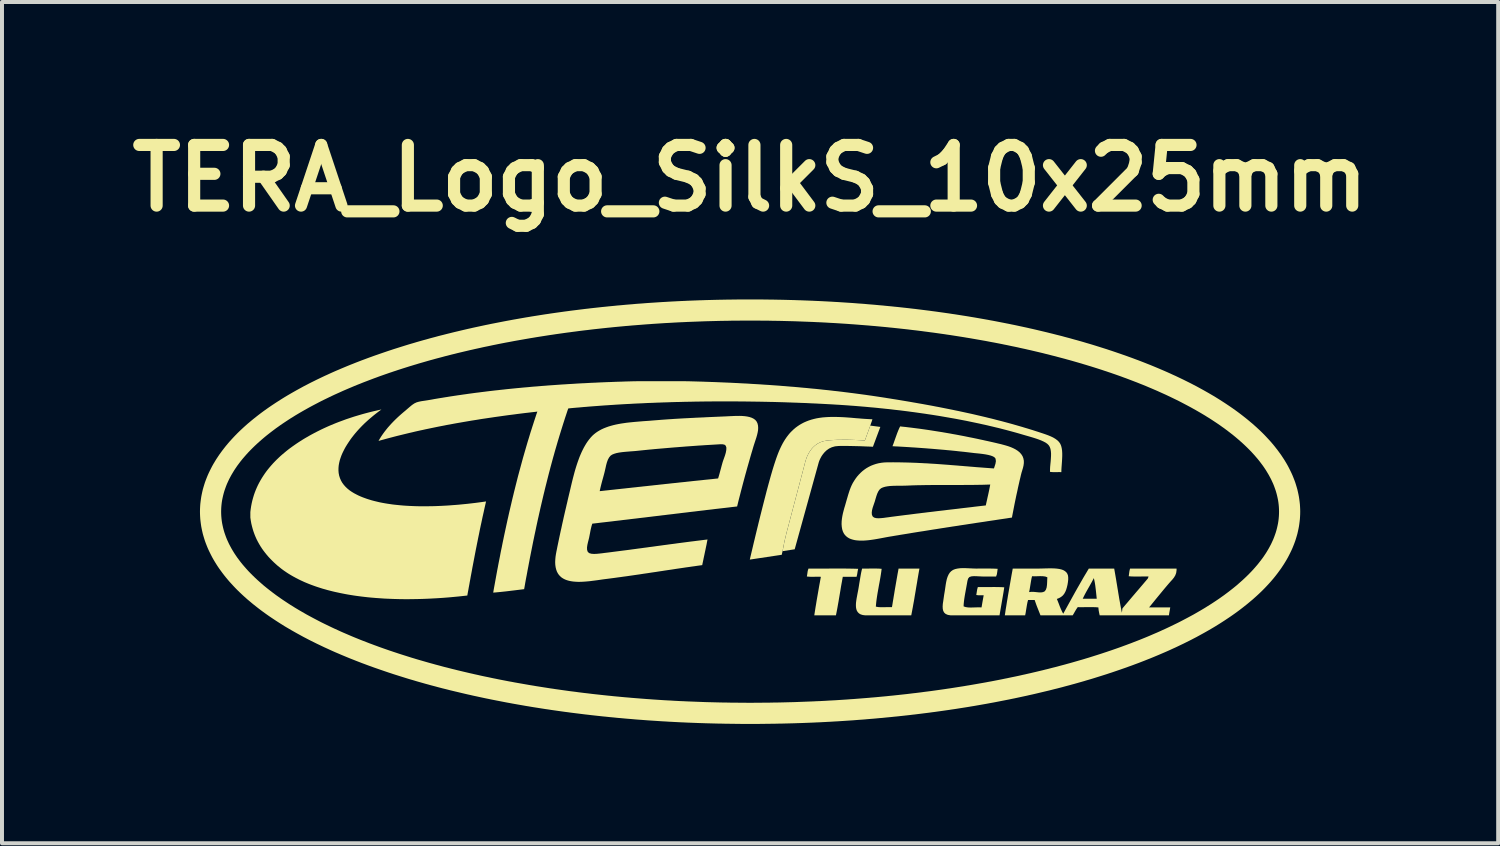
<source format=kicad_pcb>
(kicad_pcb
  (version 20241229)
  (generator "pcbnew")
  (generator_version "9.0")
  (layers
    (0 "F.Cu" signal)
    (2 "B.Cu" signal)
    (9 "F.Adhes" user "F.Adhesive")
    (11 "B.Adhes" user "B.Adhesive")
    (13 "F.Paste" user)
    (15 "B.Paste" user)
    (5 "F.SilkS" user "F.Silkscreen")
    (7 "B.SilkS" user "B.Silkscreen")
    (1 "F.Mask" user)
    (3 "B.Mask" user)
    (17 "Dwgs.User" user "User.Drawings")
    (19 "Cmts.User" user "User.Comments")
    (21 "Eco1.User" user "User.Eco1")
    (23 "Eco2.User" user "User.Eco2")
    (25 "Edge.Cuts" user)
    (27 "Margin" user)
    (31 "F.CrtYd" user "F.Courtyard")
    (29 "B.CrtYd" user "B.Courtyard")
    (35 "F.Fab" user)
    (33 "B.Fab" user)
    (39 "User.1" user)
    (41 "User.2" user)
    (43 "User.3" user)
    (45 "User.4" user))
  (footprint "TERA_Logo_SilkS_10x25mm"
    (layer "F.Cu")
    (at 15.799 9.808)
    (property "Reference" "TERA_Logo_SilkS_10x25mm" (at 0 -8.381 0) (layer "F.SilkS") (effects (font (size 1.524 1.524) (thickness 0.305))))
    (attr smd)
    (fp_poly (pts (xy 2.715 1.436) (xy 2.702 1.502) (xy 2.691 1.572) (xy 2.676 1.636) (xy 2.33 1.636) (xy 2.317 1.704) (xy 2.305 1.773) (xy 2.292 1.842) (xy 2.28 1.912) (xy 2.269 1.982) (xy 2.257 2.052) (xy 2.245 2.122) (xy 2.233 2.192) (xy 2.222 2.261) (xy 2.209 2.331) (xy 2.197 2.4) (xy 2.184 2.469) (xy 2.171 2.537) (xy 2.157 2.605) (xy 1.613 2.605) (xy 1.624 2.535) (xy 1.635 2.465) (xy 1.646 2.395) (xy 1.658 2.325) (xy 1.669 2.256) (xy 1.681 2.186) (xy 1.693 2.117) (xy 1.705 2.048) (xy 1.717 1.979) (xy 1.729 1.91) (xy 1.741 1.841) (xy 1.754 1.773) (xy 1.766 1.704) (xy 1.779 1.636) (xy 1.72 1.635) (xy 1.66 1.635) (xy 1.599 1.636) (xy 1.539 1.637) (xy 1.481 1.634) (xy 1.427 1.629) (xy 1.438 1.56) (xy 1.448 1.49) (xy 1.467 1.43) (xy 1.536 1.43) (xy 1.605 1.431) (xy 1.675 1.431) (xy 1.745 1.43) (xy 1.815 1.43) (xy 1.885 1.43) (xy 1.955 1.43) (xy 2.025 1.429) (xy 2.095 1.429) (xy 2.165 1.429) (xy 2.235 1.429) (xy 2.305 1.429) (xy 2.374 1.429) (xy 2.443 1.43) (xy 2.512 1.431) (xy 2.58 1.432) (xy 2.648 1.434) (xy 2.715 1.436) (xy 2.715 1.436)) (stroke (width 0) (type solid)) (fill yes) (layer "F.SilkS"))
    (fp_poly (pts (xy 0.864 0.746) (xy 0.915 0.533) (xy 1.351 -1.116) (xy 1.357 -1.14) (xy 1.372 -1.199) (xy 1.394 -1.279) (xy 1.402 -1.303) (xy 1.413 -1.337) (xy 1.428 -1.377) (xy 1.449 -1.423) (xy 1.474 -1.472) (xy 1.506 -1.523) (xy 1.543 -1.575) (xy 1.588 -1.624) (xy 1.64 -1.671) (xy 1.7 -1.712) (xy 1.769 -1.746) (xy 1.847 -1.772) (xy 1.934 -1.788) (xy 2.022 -1.796) (xy 2.113 -1.802) (xy 2.205 -1.806) (xy 2.298 -1.807) (xy 2.388 -1.808) (xy 2.476 -1.807) (xy 2.559 -1.805) (xy 2.636 -1.802) (xy 2.705 -1.799) (xy 2.765 -1.796) (xy 2.815 -1.793) (xy 2.852 -1.79) (xy 2.875 -1.789) (xy 2.884 -1.788) (xy 3.021 -2.163) (xy 3.273 -2.13) (xy 3.087 -1.632) (xy 3.079 -1.632) (xy 3.055 -1.633) (xy 3.018 -1.635) (xy 2.969 -1.637) (xy 2.908 -1.639) (xy 2.839 -1.642) (xy 2.762 -1.645) (xy 2.679 -1.647) (xy 2.591 -1.649) (xy 2.5 -1.651) (xy 2.408 -1.652) (xy 2.316 -1.652) (xy 2.225 -1.651) (xy 2.135 -1.642) (xy 2.054 -1.619) (xy 1.985 -1.586) (xy 1.925 -1.544) (xy 1.874 -1.496) (xy 1.832 -1.446) (xy 1.797 -1.396) (xy 1.771 -1.349) (xy 1.751 -1.307) (xy 1.737 -1.274) (xy 1.73 -1.253) (xy 1.727 -1.245) (xy 1.121 0.945) (xy 0.816 0.992) (xy 0.864 0.746) (xy 0.864 0.746)) (stroke (width 0) (type solid)) (fill yes) (layer "F.SilkS"))
    (fp_poly (pts (xy 3.731 1.43) (xy 4.256 1.43) (xy 4.243 1.498) (xy 4.231 1.567) (xy 4.219 1.637) (xy 4.207 1.706) (xy 4.196 1.776) (xy 4.184 1.845) (xy 4.172 1.915) (xy 4.161 1.984) (xy 4.149 2.054) (xy 4.137 2.124) (xy 4.126 2.193) (xy 4.114 2.262) (xy 4.101 2.331) (xy 4.089 2.4) (xy 4.076 2.469) (xy 4.063 2.537) (xy 4.05 2.605) (xy 2.894 2.605) (xy 2.831 2.597) (xy 2.779 2.581) (xy 2.738 2.557) (xy 2.707 2.526) (xy 2.684 2.49) (xy 2.669 2.447) (xy 2.661 2.4) (xy 2.659 2.349) (xy 2.661 2.295) (xy 2.668 2.238) (xy 2.677 2.179) (xy 2.688 2.12) (xy 2.699 2.06) (xy 2.711 2) (xy 2.722 1.941) (xy 2.734 1.869) (xy 2.745 1.798) (xy 2.757 1.729) (xy 2.768 1.662) (xy 2.779 1.598) (xy 2.79 1.538) (xy 2.802 1.482) (xy 2.815 1.43) (xy 2.885 1.431) (xy 2.957 1.43) (xy 3.029 1.429) (xy 3.101 1.429) (xy 3.171 1.429) (xy 3.24 1.431) (xy 3.306 1.436) (xy 3.297 1.505) (xy 3.287 1.573) (xy 3.276 1.642) (xy 3.264 1.71) (xy 3.252 1.777) (xy 3.239 1.845) (xy 3.227 1.913) (xy 3.215 1.981) (xy 3.203 2.048) (xy 3.192 2.116) (xy 3.182 2.183) (xy 3.173 2.251) (xy 3.166 2.318) (xy 3.16 2.386) (xy 3.219 2.397) (xy 3.285 2.401) (xy 3.355 2.401) (xy 3.426 2.399) (xy 3.497 2.398) (xy 3.565 2.399) (xy 3.577 2.329) (xy 3.588 2.26) (xy 3.6 2.19) (xy 3.611 2.121) (xy 3.623 2.051) (xy 3.634 1.982) (xy 3.646 1.912) (xy 3.658 1.843) (xy 3.67 1.774) (xy 3.682 1.705) (xy 3.694 1.636) (xy 3.706 1.567) (xy 3.719 1.498) (xy 3.731 1.43) (xy 3.731 1.43)) (stroke (width 0) (type solid)) (fill yes) (layer "F.SilkS"))
    (fp_poly (pts (xy 6.387 1.901) (xy 6.377 1.966) (xy 6.367 2.03) (xy 6.356 2.094) (xy 6.345 2.158) (xy 6.334 2.222) (xy 6.323 2.286) (xy 6.312 2.35) (xy 6.301 2.413) (xy 6.29 2.477) (xy 6.279 2.541) (xy 6.268 2.605) (xy 5.039 2.605) (xy 4.968 2.593) (xy 4.915 2.57) (xy 4.878 2.537) (xy 4.854 2.494) (xy 4.842 2.443) (xy 4.839 2.384) (xy 4.843 2.318) (xy 4.854 2.246) (xy 4.862 2.19) (xy 4.87 2.134) (xy 4.878 2.079) (xy 4.887 2.027) (xy 4.898 1.958) (xy 4.908 1.889) (xy 4.918 1.821) (xy 4.93 1.756) (xy 4.944 1.693) (xy 4.963 1.635) (xy 4.986 1.583) (xy 5.015 1.536) (xy 5.052 1.497) (xy 5.097 1.465) (xy 5.152 1.443) (xy 5.214 1.429) (xy 5.278 1.421) (xy 5.345 1.418) (xy 5.412 1.419) (xy 5.481 1.422) (xy 5.549 1.425) (xy 5.617 1.428) (xy 5.684 1.43) (xy 5.749 1.429) (xy 5.815 1.429) (xy 5.881 1.429) (xy 5.947 1.428) (xy 6.014 1.429) (xy 6.081 1.43) (xy 6.151 1.432) (xy 6.221 1.436) (xy 6.212 1.505) (xy 6.202 1.572) (xy 6.182 1.629) (xy 5.843 1.629) (xy 5.773 1.626) (xy 5.699 1.622) (xy 5.627 1.62) (xy 5.563 1.625) (xy 5.511 1.642) (xy 5.479 1.681) (xy 5.462 1.738) (xy 5.451 1.802) (xy 5.439 1.868) (xy 5.427 1.934) (xy 5.415 1.999) (xy 5.403 2.065) (xy 5.392 2.129) (xy 5.382 2.193) (xy 5.374 2.256) (xy 5.368 2.318) (xy 5.365 2.379) (xy 5.415 2.397) (xy 5.474 2.406) (xy 5.54 2.409) (xy 5.61 2.407) (xy 5.681 2.405) (xy 5.751 2.403) (xy 5.816 2.406) (xy 5.827 2.344) (xy 5.837 2.283) (xy 5.848 2.222) (xy 5.859 2.162) (xy 5.87 2.1) (xy 5.806 2.1) (xy 5.74 2.101) (xy 5.684 2.094) (xy 5.695 2.026) (xy 5.706 1.957) (xy 5.723 1.894) (xy 5.79 1.895) (xy 5.857 1.895) (xy 5.924 1.895) (xy 5.992 1.894) (xy 6.06 1.894) (xy 6.127 1.893) (xy 6.194 1.894) (xy 6.26 1.895) (xy 6.324 1.897) (xy 6.387 1.901) (xy 6.387 1.901)) (stroke (width 0) (type solid)) (fill yes) (layer "F.SilkS"))
    (fp_poly (pts (xy 0.796 1.083) (xy -0.007 1.204) (xy -0.006 1.2) (xy -0.003 1.187) (xy 0.001 1.167) (xy 0.008 1.139) (xy 0.016 1.104) (xy 0.026 1.062) (xy 0.037 1.015) (xy 0.05 0.961) (xy 0.064 0.902) (xy 0.079 0.838) (xy 0.095 0.77) (xy 0.113 0.697) (xy 0.131 0.621) (xy 0.15 0.542) (xy 0.17 0.459) (xy 0.191 0.374) (xy 0.212 0.287) (xy 0.234 0.199) (xy 0.256 0.109) (xy 0.279 0.018) (xy 0.302 -0.073) (xy 0.325 -0.164) (xy 0.348 -0.254) (xy 0.371 -0.344) (xy 0.394 -0.432) (xy 0.416 -0.519) (xy 0.439 -0.604) (xy 0.461 -0.686) (xy 0.483 -0.765) (xy 0.504 -0.841) (xy 0.524 -0.913) (xy 0.544 -0.981) (xy 0.565 -1.053) (xy 0.587 -1.125) (xy 0.609 -1.195) (xy 0.632 -1.264) (xy 0.655 -1.333) (xy 0.679 -1.4) (xy 0.704 -1.466) (xy 0.73 -1.53) (xy 0.758 -1.592) (xy 0.787 -1.653) (xy 0.818 -1.713) (xy 0.851 -1.77) (xy 0.886 -1.826) (xy 0.923 -1.879) (xy 0.962 -1.93) (xy 1.003 -1.979) (xy 1.047 -2.024) (xy 1.092 -2.067) (xy 1.14 -2.108) (xy 1.19 -2.145) (xy 1.242 -2.18) (xy 1.297 -2.212) (xy 1.354 -2.242) (xy 1.414 -2.268) (xy 1.476 -2.292) (xy 1.541 -2.313) (xy 1.608 -2.331) (xy 1.678 -2.347) (xy 1.751 -2.359) (xy 1.827 -2.369) (xy 1.905 -2.375) (xy 1.977 -2.379) (xy 2.049 -2.381) (xy 2.119 -2.381) (xy 2.189 -2.38) (xy 2.258 -2.378) (xy 2.327 -2.375) (xy 2.396 -2.371) (xy 2.464 -2.366) (xy 2.532 -2.361) (xy 2.599 -2.355) (xy 2.667 -2.349) (xy 2.734 -2.344) (xy 2.802 -2.338) (xy 2.87 -2.333) (xy 2.937 -2.329) (xy 3.006 -2.325) (xy 3.074 -2.322) (xy 3.057 -2.268) (xy 3.038 -2.217) (xy 3.021 -2.163) (xy 2.884 -1.788) (xy 2.875 -1.789) (xy 2.852 -1.79) (xy 2.815 -1.793) (xy 2.765 -1.796) (xy 2.705 -1.799) (xy 2.636 -1.802) (xy 2.559 -1.805) (xy 2.476 -1.807) (xy 2.388 -1.808) (xy 2.298 -1.807) (xy 2.205 -1.806) (xy 2.113 -1.802) (xy 2.022 -1.796) (xy 1.934 -1.788) (xy 1.847 -1.772) (xy 1.769 -1.746) (xy 1.7 -1.712) (xy 1.64 -1.671) (xy 1.588 -1.624) (xy 1.543 -1.575) (xy 1.506 -1.523) (xy 1.474 -1.472) (xy 1.449 -1.423) (xy 1.428 -1.377) (xy 1.413 -1.337) (xy 1.402 -1.303) (xy 1.394 -1.279) (xy 1.372 -1.199) (xy 1.357 -1.14) (xy 1.351 -1.116) (xy 0.915 0.533) (xy 0.864 0.746) (xy 0.816 0.992) (xy 0.803 1.048) (xy 0.796 1.083)) (stroke (width 0) (type solid)) (fill yes) (layer "F.SilkS"))
    (fp_poly (pts (xy 10.717 1.43) (xy 10.717 1.47) (xy 10.707 1.541) (xy 10.684 1.602) (xy 10.651 1.656) (xy 10.612 1.705) (xy 10.569 1.752) (xy 10.525 1.802) (xy 10.482 1.852) (xy 10.44 1.902) (xy 10.398 1.952) (xy 10.356 2.003) (xy 10.314 2.054) (xy 10.272 2.105) (xy 10.23 2.156) (xy 10.189 2.206) (xy 10.148 2.257) (xy 10.107 2.307) (xy 10.067 2.357) (xy 10.026 2.406) (xy 10.558 2.406) (xy 10.547 2.473) (xy 10.535 2.538) (xy 10.525 2.605) (xy 8.785 2.605) (xy 8.704 2.12) (xy 8.697 2.053) (xy 8.69 1.986) (xy 8.682 1.92) (xy 8.674 1.855) (xy 8.664 1.791) (xy 8.652 1.729) (xy 8.638 1.669) (xy 8.608 1.727) (xy 8.577 1.784) (xy 8.545 1.841) (xy 8.513 1.898) (xy 8.481 1.954) (xy 8.449 2.011) (xy 8.418 2.068) (xy 8.388 2.127) (xy 8.359 2.187) (xy 8.711 2.187) (xy 8.704 2.12) (xy 8.785 2.605) (xy 8.771 2.541) (xy 8.759 2.476) (xy 8.752 2.406) (xy 8.691 2.401) (xy 8.627 2.399) (xy 8.562 2.398) (xy 8.497 2.398) (xy 8.43 2.399) (xy 8.364 2.4) (xy 8.298 2.4) (xy 8.233 2.399) (xy 8.199 2.448) (xy 8.168 2.5) (xy 8.138 2.553) (xy 8.107 2.605) (xy 7.297 2.605) (xy 7.404 2.001) (xy 7.433 1.961) (xy 7.452 1.905) (xy 7.461 1.838) (xy 7.465 1.768) (xy 7.467 1.703) (xy 7.47 1.649) (xy 7.42 1.63) (xy 7.36 1.622) (xy 7.293 1.62) (xy 7.222 1.622) (xy 7.151 1.624) (xy 7.085 1.622) (xy 7.07 1.686) (xy 7.058 1.752) (xy 7.047 1.82) (xy 7.036 1.888) (xy 7.025 1.955) (xy 7.012 2.021) (xy 7.073 2.014) (xy 7.135 2.016) (xy 7.197 2.022) (xy 7.257 2.028) (xy 7.313 2.029) (xy 7.362 2.021) (xy 7.404 2.001) (xy 7.404 2.001) (xy 7.297 2.605) (xy 7.272 2.541) (xy 7.247 2.478) (xy 7.222 2.415) (xy 7.197 2.351) (xy 7.174 2.286) (xy 7.151 2.22) (xy 6.985 2.22) (xy 6.969 2.281) (xy 6.957 2.344) (xy 6.946 2.41) (xy 6.935 2.476) (xy 6.925 2.541) (xy 6.912 2.605) (xy 6.401 2.605) (xy 6.412 2.535) (xy 6.422 2.465) (xy 6.434 2.395) (xy 6.445 2.326) (xy 6.456 2.256) (xy 6.468 2.187) (xy 6.479 2.118) (xy 6.491 2.049) (xy 6.503 1.98) (xy 6.515 1.911) (xy 6.527 1.842) (xy 6.539 1.773) (xy 6.551 1.704) (xy 6.563 1.635) (xy 6.575 1.567) (xy 6.588 1.498) (xy 6.6 1.43) (xy 7.244 1.43) (xy 7.31 1.429) (xy 7.378 1.427) (xy 7.447 1.425) (xy 7.515 1.424) (xy 7.582 1.424) (xy 7.647 1.426) (xy 7.709 1.431) (xy 7.767 1.439) (xy 7.821 1.451) (xy 7.869 1.468) (xy 7.91 1.492) (xy 7.945 1.521) (xy 7.971 1.558) (xy 7.988 1.602) (xy 7.994 1.649) (xy 7.994 1.707) (xy 7.987 1.771) (xy 7.976 1.838) (xy 7.96 1.904) (xy 7.942 1.964) (xy 7.921 2.014) (xy 7.891 2.067) (xy 7.856 2.109) (xy 7.814 2.143) (xy 7.765 2.171) (xy 7.709 2.193) (xy 7.735 2.256) (xy 7.76 2.32) (xy 7.784 2.384) (xy 7.81 2.446) (xy 7.838 2.507) (xy 7.868 2.565) (xy 7.902 2.505) (xy 7.935 2.444) (xy 7.968 2.384) (xy 8.001 2.324) (xy 8.035 2.263) (xy 8.068 2.203) (xy 8.101 2.143) (xy 8.135 2.082) (xy 8.168 2.022) (xy 8.202 1.962) (xy 8.236 1.902) (xy 8.27 1.843) (xy 8.304 1.783) (xy 8.338 1.724) (xy 8.372 1.664) (xy 8.407 1.605) (xy 8.442 1.547) (xy 8.477 1.488) (xy 8.512 1.43) (xy 9.15 1.43) (xy 9.162 1.499) (xy 9.174 1.568) (xy 9.186 1.638) (xy 9.198 1.707) (xy 9.209 1.777) (xy 9.221 1.847) (xy 9.232 1.917) (xy 9.244 1.987) (xy 9.255 2.057) (xy 9.267 2.127) (xy 9.278 2.196) (xy 9.291 2.265) (xy 9.303 2.334) (xy 9.316 2.403) (xy 9.329 2.471) (xy 9.342 2.539) (xy 9.35 2.486) (xy 9.356 2.432) (xy 9.397 2.383) (xy 9.439 2.333) (xy 9.482 2.283) (xy 9.525 2.232) (xy 9.568 2.181) (xy 9.611 2.13) (xy 9.655 2.079) (xy 9.698 2.028) (xy 9.742 1.977) (xy 9.785 1.927) (xy 9.828 1.876) (xy 9.87 1.827) (xy 9.912 1.777) (xy 9.953 1.729) (xy 9.997 1.676) (xy 10.013 1.629) (xy 9.951 1.628) (xy 9.888 1.628) (xy 9.824 1.629) (xy 9.76 1.63) (xy 9.697 1.63) (xy 9.634 1.629) (xy 9.574 1.627) (xy 9.515 1.622) (xy 9.524 1.556) (xy 9.533 1.49) (xy 9.548 1.43) (xy 10.717 1.43) (xy 10.717 1.43)) (stroke (width 0) (type solid)) (fill yes) (layer "F.SilkS"))
    (fp_poly (pts (xy -6.635 -0.257) (xy -6.65 -0.191) (xy -6.665 -0.125) (xy -6.68 -0.059) (xy -6.694 0.007) (xy -6.709 0.073) (xy -6.724 0.14) (xy -6.738 0.207) (xy -6.752 0.273) (xy -6.767 0.34) (xy -6.781 0.407) (xy -6.795 0.474) (xy -6.808 0.541) (xy -6.822 0.608) (xy -6.836 0.676) (xy -6.849 0.743) (xy -6.863 0.811) (xy -6.876 0.878) (xy -6.89 0.946) (xy -6.903 1.014) (xy -6.916 1.082) (xy -6.929 1.15) (xy -6.942 1.218) (xy -6.955 1.286) (xy -6.968 1.354) (xy -6.981 1.422) (xy -6.993 1.49) (xy -7.006 1.559) (xy -7.019 1.627) (xy -7.031 1.696) (xy -7.044 1.764) (xy -7.056 1.833) (xy -7.069 1.901) (xy -7.081 1.97) (xy -7.094 2.038) (xy -7.106 2.107) (xy -7.18 2.115) (xy -7.253 2.123) (xy -7.327 2.131) (xy -7.401 2.138) (xy -7.476 2.145) (xy -7.55 2.152) (xy -7.625 2.158) (xy -7.699 2.164) (xy -7.774 2.169) (xy -7.849 2.174) (xy -7.923 2.178) (xy -7.998 2.182) (xy -8.073 2.186) (xy -8.148 2.189) (xy -8.223 2.192) (xy -8.297 2.194) (xy -8.372 2.196) (xy -8.447 2.197) (xy -8.521 2.198) (xy -8.595 2.199) (xy -8.67 2.199) (xy -8.744 2.198) (xy -8.817 2.197) (xy -8.891 2.195) (xy -8.965 2.193) (xy -9.038 2.19) (xy -9.111 2.187) (xy -9.183 2.184) (xy -9.256 2.179) (xy -9.328 2.174) (xy -9.4 2.169) (xy -9.471 2.163) (xy -9.542 2.157) (xy -9.613 2.15) (xy -9.683 2.142) (xy -9.753 2.134) (xy -9.822 2.125) (xy -9.891 2.116) (xy -9.96 2.106) (xy -10.028 2.095) (xy -10.095 2.084) (xy -10.162 2.072) (xy -10.228 2.059) (xy -10.294 2.046) (xy -10.359 2.032) (xy -10.424 2.018) (xy -10.488 2.003) (xy -10.551 1.987) (xy -10.614 1.971) (xy -10.676 1.953) (xy -10.738 1.936) (xy -10.798 1.917) (xy -10.858 1.898) (xy -10.917 1.878) (xy -10.976 1.857) (xy -11.033 1.836) (xy -11.09 1.814) (xy -11.146 1.791) (xy -11.201 1.768) (xy -11.255 1.743) (xy -11.309 1.718) (xy -11.361 1.692) (xy -11.413 1.666) (xy -11.463 1.638) (xy -11.513 1.61) (xy -11.562 1.581) (xy -11.609 1.552) (xy -11.656 1.521) (xy -11.702 1.49) (xy -11.746 1.458) (xy -11.79 1.425) (xy -11.832 1.391) (xy -11.874 1.357) (xy -11.922 1.315) (xy -11.969 1.271) (xy -12.015 1.226) (xy -12.06 1.18) (xy -12.104 1.133) (xy -12.146 1.084) (xy -12.187 1.033) (xy -12.227 0.981) (xy -12.265 0.928) (xy -12.301 0.873) (xy -12.335 0.816) (xy -12.368 0.757) (xy -12.399 0.697) (xy -12.427 0.635) (xy -12.453 0.571) (xy -12.477 0.505) (xy -12.498 0.438) (xy -12.517 0.368) (xy -12.534 0.297) (xy -12.547 0.224) (xy -12.558 0.148) (xy -12.558 0.009) (xy -12.549 -0.066) (xy -12.538 -0.139) (xy -12.524 -0.211) (xy -12.508 -0.281) (xy -12.489 -0.35) (xy -12.469 -0.417) (xy -12.446 -0.483) (xy -12.421 -0.547) (xy -12.394 -0.61) (xy -12.365 -0.672) (xy -12.334 -0.732) (xy -12.301 -0.791) (xy -12.267 -0.848) (xy -12.231 -0.904) (xy -12.194 -0.959) (xy -12.155 -1.013) (xy -12.115 -1.065) (xy -12.073 -1.116) (xy -12.031 -1.165) (xy -11.987 -1.214) (xy -11.942 -1.261) (xy -11.897 -1.307) (xy -11.85 -1.352) (xy -11.803 -1.396) (xy -11.755 -1.438) (xy -11.706 -1.479) (xy -11.657 -1.52) (xy -11.608 -1.559) (xy -11.558 -1.597) (xy -11.507 -1.634) (xy -11.457 -1.669) (xy -11.407 -1.704) (xy -11.356 -1.738) (xy -11.302 -1.773) (xy -11.247 -1.808) (xy -11.191 -1.842) (xy -11.134 -1.875) (xy -11.077 -1.908) (xy -11.019 -1.94) (xy -10.961 -1.971) (xy -10.902 -2.002) (xy -10.842 -2.032) (xy -10.782 -2.062) (xy -10.721 -2.091) (xy -10.66 -2.119) (xy -10.598 -2.147) (xy -10.535 -2.174) (xy -10.472 -2.2) (xy -10.409 -2.226) (xy -10.345 -2.251) (xy -10.28 -2.275) (xy -10.215 -2.299) (xy -10.15 -2.323) (xy -10.084 -2.345) (xy -10.018 -2.367) (xy -9.951 -2.389) (xy -9.884 -2.409) (xy -9.817 -2.429) (xy -9.749 -2.449) (xy -9.68 -2.468) (xy -9.612 -2.486) (xy -9.543 -2.504) (xy -9.474 -2.521) (xy -9.404 -2.537) (xy -9.334 -2.553) (xy -9.264 -2.568) (xy -9.319 -2.528) (xy -9.373 -2.487) (xy -9.427 -2.445) (xy -9.48 -2.402) (xy -9.532 -2.358) (xy -9.584 -2.314) (xy -9.635 -2.268) (xy -9.685 -2.222) (xy -9.734 -2.174) (xy -9.782 -2.125) (xy -9.829 -2.075) (xy -9.875 -2.024) (xy -9.92 -1.972) (xy -9.963 -1.919) (xy -10.006 -1.864) (xy -10.047 -1.808) (xy -10.086 -1.75) (xy -10.124 -1.692) (xy -10.161 -1.632) (xy -10.189 -1.582) (xy -10.216 -1.529) (xy -10.243 -1.474) (xy -10.268 -1.416) (xy -10.29 -1.355) (xy -10.31 -1.294) (xy -10.325 -1.231) (xy -10.337 -1.166) (xy -10.343 -1.102) (xy -10.344 -1.037) (xy -10.339 -0.972) (xy -10.327 -0.908) (xy -10.306 -0.842) (xy -10.279 -0.78) (xy -10.246 -0.723) (xy -10.207 -0.671) (xy -10.163 -0.622) (xy -10.115 -0.577) (xy -10.063 -0.535) (xy -10.007 -0.497) (xy -9.949 -0.462) (xy -9.888 -0.43) (xy -9.838 -0.405) (xy -9.786 -0.382) (xy -9.732 -0.36) (xy -9.677 -0.34) (xy -9.621 -0.32) (xy -9.563 -0.302) (xy -9.504 -0.284) (xy -9.443 -0.268) (xy -9.381 -0.253) (xy -9.319 -0.238) (xy -9.255 -0.225) (xy -9.19 -0.213) (xy -9.124 -0.202) (xy -9.057 -0.192) (xy -8.989 -0.182) (xy -8.921 -0.174) (xy -8.851 -0.167) (xy -8.781 -0.16) (xy -8.711 -0.154) (xy -8.639 -0.149) (xy -8.568 -0.145) (xy -8.495 -0.142) (xy -8.423 -0.139) (xy -8.35 -0.137) (xy -8.276 -0.136) (xy -8.203 -0.136) (xy -8.129 -0.136) (xy -8.055 -0.137) (xy -7.981 -0.138) (xy -7.907 -0.14) (xy -7.833 -0.143) (xy -7.759 -0.146) (xy -7.685 -0.15) (xy -7.612 -0.154) (xy -7.539 -0.159) (xy -7.466 -0.165) (xy -7.393 -0.17) (xy -7.321 -0.176) (xy -7.249 -0.183) (xy -7.178 -0.19) (xy -7.107 -0.197) (xy -7.037 -0.205) (xy -6.968 -0.213) (xy -6.9 -0.221) (xy -6.832 -0.23) (xy -6.765 -0.239) (xy -6.699 -0.248) (xy -6.635 -0.257)) (stroke (width 0) (type solid)) (fill yes) (layer "F.SilkS"))
    (fp_poly (pts (xy 6.879 -1.28) (xy 5.923 -0.157) (xy 5.937 -0.223) (xy 5.952 -0.288) (xy 5.966 -0.353) (xy 5.981 -0.418) (xy 5.995 -0.483) (xy 6.009 -0.549) (xy 6.022 -0.615) (xy 6.035 -0.682) (xy 5.97 -0.68) (xy 5.903 -0.678) (xy 5.836 -0.676) (xy 5.769 -0.675) (xy 5.701 -0.674) (xy 5.632 -0.673) (xy 5.563 -0.672) (xy 5.493 -0.672) (xy 5.423 -0.672) (xy 5.353 -0.671) (xy 5.282 -0.671) (xy 5.212 -0.671) (xy 5.141 -0.671) (xy 5.069 -0.671) (xy 4.998 -0.671) (xy 4.926 -0.671) (xy 4.855 -0.671) (xy 4.783 -0.671) (xy 4.712 -0.671) (xy 4.64 -0.67) (xy 4.569 -0.67) (xy 4.498 -0.669) (xy 4.426 -0.669) (xy 4.356 -0.667) (xy 4.285 -0.666) (xy 4.215 -0.665) (xy 4.145 -0.663) (xy 4.075 -0.661) (xy 4.006 -0.658) (xy 3.937 -0.655) (xy 3.865 -0.653) (xy 3.793 -0.652) (xy 3.72 -0.652) (xy 3.649 -0.651) (xy 3.58 -0.649) (xy 3.513 -0.645) (xy 3.45 -0.637) (xy 3.392 -0.626) (xy 3.339 -0.61) (xy 3.293 -0.589) (xy 3.254 -0.556) (xy 3.222 -0.51) (xy 3.195 -0.453) (xy 3.173 -0.39) (xy 3.153 -0.323) (xy 3.134 -0.257) (xy 3.118 -0.21) (xy 3.099 -0.155) (xy 3.079 -0.095) (xy 3.064 -0.035) (xy 3.057 0.024) (xy 3.061 0.077) (xy 3.081 0.121) (xy 3.116 0.148) (xy 3.167 0.162) (xy 3.228 0.166) (xy 3.293 0.162) (xy 3.357 0.156) (xy 3.413 0.148) (xy 3.483 0.139) (xy 3.553 0.129) (xy 3.624 0.12) (xy 3.694 0.111) (xy 3.764 0.102) (xy 3.835 0.093) (xy 3.905 0.084) (xy 3.975 0.076) (xy 4.045 0.067) (xy 4.115 0.058) (xy 4.185 0.049) (xy 4.255 0.041) (xy 4.324 0.032) (xy 4.394 0.024) (xy 4.464 0.015) (xy 4.534 0.007) (xy 4.603 -0.001) (xy 4.673 -0.01) (xy 4.742 -0.018) (xy 4.812 -0.026) (xy 4.882 -0.034) (xy 4.951 -0.043) (xy 5.021 -0.051) (xy 5.09 -0.059) (xy 5.159 -0.067) (xy 5.229 -0.075) (xy 5.298 -0.084) (xy 5.368 -0.092) (xy 5.437 -0.1) (xy 5.506 -0.108) (xy 5.576 -0.116) (xy 5.645 -0.125) (xy 5.715 -0.133) (xy 5.784 -0.141) (xy 5.853 -0.149) (xy 5.923 -0.157) (xy 5.923 -0.157) (xy 6.879 -1.28) (xy 6.879 -1.22) (xy 6.871 -1.159) (xy 6.857 -1.099) (xy 6.839 -1.039) (xy 6.821 -0.98) (xy 6.806 -0.921) (xy 6.791 -0.856) (xy 6.775 -0.791) (xy 6.76 -0.724) (xy 6.745 -0.658) (xy 6.73 -0.591) (xy 6.716 -0.523) (xy 6.701 -0.456) (xy 6.686 -0.388) (xy 6.672 -0.32) (xy 6.658 -0.252) (xy 6.644 -0.184) (xy 6.631 -0.117) (xy 6.618 -0.05) (xy 6.605 0.017) (xy 6.592 0.083) (xy 6.58 0.148) (xy 6.511 0.158) (xy 6.443 0.169) (xy 6.374 0.179) (xy 6.306 0.189) (xy 6.238 0.199) (xy 6.169 0.21) (xy 6.101 0.22) (xy 6.033 0.23) (xy 5.965 0.24) (xy 5.897 0.251) (xy 5.829 0.261) (xy 5.761 0.271) (xy 5.693 0.281) (xy 5.625 0.292) (xy 5.558 0.302) (xy 5.49 0.312) (xy 5.422 0.323) (xy 5.354 0.333) (xy 5.286 0.343) (xy 5.219 0.354) (xy 5.151 0.364) (xy 5.083 0.374) (xy 5.015 0.385) (xy 4.948 0.395) (xy 4.88 0.406) (xy 4.812 0.416) (xy 4.744 0.427) (xy 4.676 0.438) (xy 4.608 0.448) (xy 4.54 0.459) (xy 4.472 0.47) (xy 4.404 0.481) (xy 4.336 0.492) (xy 4.268 0.502) (xy 4.199 0.513) (xy 4.131 0.524) (xy 4.063 0.535) (xy 3.994 0.547) (xy 3.926 0.558) (xy 3.857 0.569) (xy 3.788 0.58) (xy 3.719 0.592) (xy 3.65 0.603) (xy 3.581 0.615) (xy 3.512 0.626) (xy 3.46 0.635) (xy 3.406 0.645) (xy 3.349 0.656) (xy 3.29 0.667) (xy 3.23 0.678) (xy 3.169 0.689) (xy 3.108 0.699) (xy 3.046 0.708) (xy 2.984 0.716) (xy 2.922 0.722) (xy 2.861 0.726) (xy 2.801 0.727) (xy 2.743 0.726) (xy 2.687 0.722) (xy 2.633 0.715) (xy 2.582 0.703) (xy 2.534 0.688) (xy 2.489 0.669) (xy 2.448 0.644) (xy 2.412 0.615) (xy 2.379 0.58) (xy 2.352 0.54) (xy 2.33 0.493) (xy 2.314 0.44) (xy 2.304 0.38) (xy 2.299 0.312) (xy 2.301 0.243) (xy 2.308 0.175) (xy 2.319 0.107) (xy 2.333 0.04) (xy 2.35 -0.026) (xy 2.367 -0.09) (xy 2.386 -0.151) (xy 2.403 -0.211) (xy 2.423 -0.281) (xy 2.443 -0.349) (xy 2.462 -0.415) (xy 2.482 -0.479) (xy 2.503 -0.542) (xy 2.526 -0.603) (xy 2.552 -0.663) (xy 2.582 -0.722) (xy 2.616 -0.778) (xy 2.652 -0.832) (xy 2.69 -0.883) (xy 2.732 -0.931) (xy 2.776 -0.976) (xy 2.823 -1.019) (xy 2.873 -1.058) (xy 2.925 -1.094) (xy 2.981 -1.126) (xy 3.039 -1.155) (xy 3.1 -1.179) (xy 3.163 -1.2) (xy 3.23 -1.217) (xy 3.299 -1.229) (xy 3.371 -1.237) (xy 3.446 -1.24) (xy 3.52 -1.24) (xy 3.594 -1.241) (xy 3.668 -1.24) (xy 3.741 -1.24) (xy 3.813 -1.238) (xy 3.886 -1.237) (xy 3.957 -1.235) (xy 4.029 -1.233) (xy 4.1 -1.23) (xy 4.171 -1.228) (xy 4.241 -1.224) (xy 4.311 -1.221) (xy 4.381 -1.217) (xy 4.45 -1.214) (xy 4.52 -1.209) (xy 4.589 -1.205) (xy 4.657 -1.201) (xy 4.726 -1.196) (xy 4.794 -1.191) (xy 4.862 -1.186) (xy 4.929 -1.181) (xy 4.997 -1.176) (xy 5.064 -1.17) (xy 5.131 -1.165) (xy 5.198 -1.16) (xy 5.265 -1.154) (xy 5.332 -1.149) (xy 5.399 -1.143) (xy 5.465 -1.138) (xy 5.532 -1.132) (xy 5.598 -1.127) (xy 5.665 -1.121) (xy 5.731 -1.116) (xy 5.797 -1.111) (xy 5.863 -1.106) (xy 5.93 -1.101) (xy 5.996 -1.096) (xy 6.062 -1.091) (xy 6.128 -1.087) (xy 6.146 -1.142) (xy 6.166 -1.205) (xy 6.177 -1.27) (xy 6.168 -1.333) (xy 6.146 -1.362) (xy 6.106 -1.388) (xy 6.051 -1.409) (xy 5.986 -1.426) (xy 5.914 -1.44) (xy 5.84 -1.451) (xy 5.765 -1.46) (xy 5.696 -1.467) (xy 5.634 -1.473) (xy 5.584 -1.479) (xy 5.517 -1.487) (xy 5.449 -1.495) (xy 5.382 -1.503) (xy 5.313 -1.51) (xy 5.245 -1.517) (xy 5.176 -1.525) (xy 5.107 -1.532) (xy 5.038 -1.539) (xy 4.968 -1.545) (xy 4.899 -1.552) (xy 4.829 -1.558) (xy 4.759 -1.564) (xy 4.689 -1.57) (xy 4.619 -1.576) (xy 4.548 -1.582) (xy 4.478 -1.587) (xy 4.408 -1.593) (xy 4.338 -1.598) (xy 4.268 -1.603) (xy 4.198 -1.608) (xy 4.128 -1.613) (xy 4.059 -1.617) (xy 3.989 -1.622) (xy 3.92 -1.626) (xy 3.851 -1.63) (xy 3.782 -1.634) (xy 3.714 -1.638) (xy 3.646 -1.641) (xy 3.578 -1.645) (xy 3.602 -1.707) (xy 3.625 -1.773) (xy 3.649 -1.841) (xy 3.673 -1.908) (xy 3.697 -1.974) (xy 3.722 -2.037) (xy 3.746 -2.093) (xy 3.771 -2.143) (xy 3.841 -2.135) (xy 3.911 -2.128) (xy 3.982 -2.119) (xy 4.052 -2.111) (xy 4.122 -2.102) (xy 4.192 -2.093) (xy 4.262 -2.084) (xy 4.332 -2.074) (xy 4.403 -2.064) (xy 4.473 -2.054) (xy 4.543 -2.043) (xy 4.613 -2.032) (xy 4.682 -2.021) (xy 4.752 -2.01) (xy 4.822 -1.999) (xy 4.891 -1.987) (xy 4.961 -1.975) (xy 5.03 -1.963) (xy 5.099 -1.95) (xy 5.168 -1.938) (xy 5.237 -1.925) (xy 5.305 -1.912) (xy 5.374 -1.899) (xy 5.442 -1.885) (xy 5.51 -1.871) (xy 5.578 -1.858) (xy 5.645 -1.844) (xy 5.713 -1.83) (xy 5.78 -1.815) (xy 5.847 -1.801) (xy 5.913 -1.786) (xy 5.979 -1.772) (xy 6.045 -1.757) (xy 6.111 -1.742) (xy 6.176 -1.727) (xy 6.242 -1.711) (xy 6.303 -1.697) (xy 6.366 -1.68) (xy 6.431 -1.662) (xy 6.495 -1.642) (xy 6.558 -1.619) (xy 6.619 -1.592) (xy 6.676 -1.562) (xy 6.728 -1.528) (xy 6.775 -1.489) (xy 6.814 -1.445) (xy 6.846 -1.396) (xy 6.867 -1.341) (xy 6.879 -1.28)) (stroke (width 0) (type solid)) (fill yes) (layer "F.SilkS"))
    (fp_poly (pts (xy 0.185 -2.222) (xy -0.691 -1.24) (xy -0.677 -1.283) (xy -0.656 -1.341) (xy -0.632 -1.409) (xy -0.611 -1.48) (xy -0.598 -1.55) (xy -0.596 -1.611) (xy -0.612 -1.658) (xy -0.642 -1.683) (xy -0.687 -1.693) (xy -0.742 -1.695) (xy -0.804 -1.691) (xy -0.871 -1.687) (xy -0.937 -1.683) (xy -1.005 -1.679) (xy -1.072 -1.675) (xy -1.14 -1.671) (xy -1.209 -1.666) (xy -1.278 -1.662) (xy -1.347 -1.657) (xy -1.416 -1.652) (xy -1.485 -1.647) (xy -1.555 -1.642) (xy -1.625 -1.637) (xy -1.695 -1.631) (xy -1.765 -1.626) (xy -1.835 -1.62) (xy -1.905 -1.615) (xy -1.975 -1.609) (xy -2.045 -1.603) (xy -2.116 -1.597) (xy -2.186 -1.591) (xy -2.256 -1.585) (xy -2.325 -1.579) (xy -2.395 -1.573) (xy -2.465 -1.566) (xy -2.534 -1.56) (xy -2.603 -1.553) (xy -2.672 -1.546) (xy -2.74 -1.539) (xy -2.808 -1.532) (xy -2.876 -1.525) (xy -2.938 -1.52) (xy -3.006 -1.515) (xy -3.078 -1.509) (xy -3.151 -1.503) (xy -3.224 -1.495) (xy -3.294 -1.485) (xy -3.359 -1.472) (xy -3.418 -1.454) (xy -3.468 -1.433) (xy -3.507 -1.406) (xy -3.544 -1.361) (xy -3.574 -1.305) (xy -3.597 -1.242) (xy -3.616 -1.174) (xy -3.631 -1.106) (xy -3.646 -1.04) (xy -3.66 -0.981) (xy -3.678 -0.913) (xy -3.696 -0.847) (xy -3.714 -0.783) (xy -3.731 -0.719) (xy -3.748 -0.653) (xy -3.764 -0.586) (xy -3.779 -0.516) (xy -3.71 -0.523) (xy -3.641 -0.531) (xy -3.572 -0.538) (xy -3.503 -0.546) (xy -3.434 -0.553) (xy -3.365 -0.561) (xy -3.296 -0.568) (xy -3.226 -0.576) (xy -3.157 -0.583) (xy -3.088 -0.591) (xy -3.019 -0.598) (xy -2.95 -0.606) (xy -2.881 -0.613) (xy -2.812 -0.621) (xy -2.743 -0.628) (xy -2.674 -0.636) (xy -2.604 -0.643) (xy -2.535 -0.651) (xy -2.466 -0.658) (xy -2.397 -0.666) (xy -2.328 -0.673) (xy -2.259 -0.681) (xy -2.19 -0.688) (xy -2.121 -0.696) (xy -2.051 -0.703) (xy -1.982 -0.711) (xy -1.913 -0.718) (xy -1.844 -0.725) (xy -1.775 -0.733) (xy -1.705 -0.74) (xy -1.636 -0.747) (xy -1.567 -0.755) (xy -1.498 -0.762) (xy -1.428 -0.77) (xy -1.359 -0.777) (xy -1.29 -0.784) (xy -1.22 -0.791) (xy -1.151 -0.799) (xy -1.082 -0.806) (xy -1.012 -0.813) (xy -0.943 -0.82) (xy -0.874 -0.828) (xy -0.804 -0.835) (xy -0.783 -0.903) (xy -0.765 -0.967) (xy -0.748 -1.031) (xy -0.73 -1.097) (xy -0.712 -1.165) (xy -0.691 -1.24) (xy 0.185 -2.222) (xy 0.199 -2.166) (xy 0.203 -2.107) (xy 0.2 -2.046) (xy 0.189 -1.984) (xy 0.174 -1.921) (xy 0.156 -1.859) (xy 0.136 -1.798) (xy 0.117 -1.74) (xy 0.099 -1.685) (xy 0.079 -1.621) (xy 0.06 -1.555) (xy 0.04 -1.489) (xy 0.02 -1.421) (xy 0.000369 -1.353) (xy -0.019 -1.284) (xy -0.039 -1.214) (xy -0.059 -1.144) (xy -0.079 -1.074) (xy -0.098 -1.004) (xy -0.118 -0.933) (xy -0.137 -0.863) (xy -0.156 -0.792) (xy -0.175 -0.722) (xy -0.193 -0.653) (xy -0.211 -0.584) (xy -0.229 -0.516) (xy -0.246 -0.449) (xy -0.263 -0.383) (xy -0.28 -0.318) (xy -0.296 -0.254) (xy -0.311 -0.192) (xy -0.326 -0.131) (xy -0.396 -0.123) (xy -0.466 -0.115) (xy -0.537 -0.106) (xy -0.607 -0.098) (xy -0.677 -0.09) (xy -0.747 -0.082) (xy -0.817 -0.074) (xy -0.887 -0.066) (xy -0.957 -0.057) (xy -1.027 -0.049) (xy -1.097 -0.041) (xy -1.167 -0.032) (xy -1.237 -0.024) (xy -1.307 -0.016) (xy -1.377 -0.007) (xy -1.447 0.001) (xy -1.517 0.009) (xy -1.587 0.018) (xy -1.657 0.026) (xy -1.726 0.034) (xy -1.796 0.043) (xy -1.866 0.051) (xy -1.936 0.06) (xy -2.006 0.068) (xy -2.076 0.076) (xy -2.146 0.085) (xy -2.216 0.093) (xy -2.286 0.102) (xy -2.355 0.11) (xy -2.425 0.118) (xy -2.495 0.127) (xy -2.565 0.135) (xy -2.635 0.144) (xy -2.705 0.152) (xy -2.775 0.16) (xy -2.845 0.169) (xy -2.915 0.177) (xy -2.985 0.185) (xy -3.055 0.194) (xy -3.124 0.202) (xy -3.194 0.21) (xy -3.264 0.219) (xy -3.334 0.227) (xy -3.404 0.235) (xy -3.474 0.244) (xy -3.544 0.252) (xy -3.615 0.26) (xy -3.685 0.268) (xy -3.755 0.276) (xy -3.825 0.285) (xy -3.895 0.293) (xy -3.965 0.301) (xy -3.982 0.354) (xy -3.996 0.409) (xy -4.009 0.466) (xy -4.02 0.525) (xy -4.032 0.587) (xy -4.045 0.653) (xy -4.058 0.706) (xy -4.074 0.768) (xy -4.089 0.835) (xy -4.098 0.9) (xy -4.096 0.961) (xy -4.078 1.011) (xy -4.043 1.041) (xy -3.989 1.057) (xy -3.922 1.062) (xy -3.851 1.059) (xy -3.781 1.052) (xy -3.719 1.045) (xy -3.651 1.036) (xy -3.582 1.028) (xy -3.512 1.019) (xy -3.443 1.01) (xy -3.373 1.001) (xy -3.303 0.992) (xy -3.233 0.983) (xy -3.163 0.974) (xy -3.092 0.965) (xy -3.022 0.956) (xy -2.951 0.946) (xy -2.881 0.937) (xy -2.81 0.927) (xy -2.739 0.918) (xy -2.668 0.908) (xy -2.597 0.899) (xy -2.527 0.889) (xy -2.456 0.88) (xy -2.385 0.87) (xy -2.314 0.86) (xy -2.244 0.851) (xy -2.173 0.841) (xy -2.103 0.832) (xy -2.032 0.822) (xy -1.962 0.813) (xy -1.892 0.804) (xy -1.822 0.794) (xy -1.753 0.785) (xy -1.683 0.776) (xy -1.614 0.767) (xy -1.545 0.758) (xy -1.476 0.749) (xy -1.408 0.741) (xy -1.339 0.732) (xy -1.272 0.724) (xy -1.204 0.715) (xy -1.137 0.707) (xy -1.07 0.699) (xy -1.083 0.764) (xy -1.095 0.829) (xy -1.109 0.893) (xy -1.122 0.958) (xy -1.136 1.022) (xy -1.149 1.086) (xy -1.163 1.15) (xy -1.176 1.214) (xy -1.19 1.279) (xy -1.203 1.343) (xy -1.269 1.352) (xy -1.335 1.361) (xy -1.401 1.371) (xy -1.468 1.38) (xy -1.535 1.39) (xy -1.602 1.399) (xy -1.669 1.409) (xy -1.737 1.419) (xy -1.805 1.429) (xy -1.873 1.439) (xy -1.941 1.45) (xy -2.009 1.46) (xy -2.078 1.47) (xy -2.146 1.48) (xy -2.215 1.491) (xy -2.284 1.501) (xy -2.353 1.512) (xy -2.422 1.522) (xy -2.491 1.532) (xy -2.56 1.543) (xy -2.63 1.553) (xy -2.699 1.563) (xy -2.768 1.574) (xy -2.838 1.584) (xy -2.907 1.594) (xy -2.977 1.604) (xy -3.046 1.614) (xy -3.115 1.624) (xy -3.185 1.633) (xy -3.254 1.643) (xy -3.323 1.652) (xy -3.393 1.662) (xy -3.462 1.671) (xy -3.531 1.68) (xy -3.6 1.689) (xy -3.657 1.696) (xy -3.717 1.704) (xy -3.777 1.713) (xy -3.839 1.722) (xy -3.901 1.73) (xy -3.964 1.738) (xy -4.026 1.746) (xy -4.089 1.752) (xy -4.151 1.757) (xy -4.213 1.761) (xy -4.274 1.763) (xy -4.333 1.763) (xy -4.391 1.76) (xy -4.448 1.755) (xy -4.502 1.747) (xy -4.554 1.736) (xy -4.603 1.722) (xy -4.65 1.704) (xy -4.693 1.682) (xy -4.733 1.657) (xy -4.769 1.626) (xy -4.802 1.591) (xy -4.83 1.551) (xy -4.854 1.506) (xy -4.872 1.455) (xy -4.886 1.399) (xy -4.895 1.337) (xy -4.898 1.269) (xy -4.895 1.201) (xy -4.889 1.134) (xy -4.879 1.068) (xy -4.867 1.003) (xy -4.854 0.94) (xy -4.842 0.878) (xy -4.828 0.811) (xy -4.814 0.744) (xy -4.8 0.677) (xy -4.786 0.611) (xy -4.772 0.545) (xy -4.758 0.48) (xy -4.743 0.415) (xy -4.729 0.349) (xy -4.715 0.284) (xy -4.7 0.219) (xy -4.686 0.154) (xy -4.671 0.089) (xy -4.656 0.023) (xy -4.641 -0.042) (xy -4.625 -0.108) (xy -4.61 -0.175) (xy -4.594 -0.241) (xy -4.579 -0.309) (xy -4.563 -0.376) (xy -4.547 -0.443) (xy -4.531 -0.51) (xy -4.515 -0.578) (xy -4.499 -0.646) (xy -4.483 -0.714) (xy -4.466 -0.783) (xy -4.449 -0.851) (xy -4.431 -0.919) (xy -4.413 -0.987) (xy -4.394 -1.054) (xy -4.374 -1.12) (xy -4.353 -1.186) (xy -4.331 -1.251) (xy -4.308 -1.315) (xy -4.285 -1.377) (xy -4.259 -1.439) (xy -4.233 -1.498) (xy -4.205 -1.556) (xy -4.176 -1.613) (xy -4.145 -1.667) (xy -4.113 -1.72) (xy -4.079 -1.77) (xy -4.043 -1.818) (xy -4.005 -1.864) (xy -3.966 -1.906) (xy -3.923 -1.945) (xy -3.878 -1.981) (xy -3.831 -2.013) (xy -3.781 -2.043) (xy -3.729 -2.071) (xy -3.674 -2.096) (xy -3.618 -2.118) (xy -3.56 -2.139) (xy -3.5 -2.157) (xy -3.438 -2.174) (xy -3.374 -2.189) (xy -3.31 -2.202) (xy -3.244 -2.214) (xy -3.176 -2.224) (xy -3.108 -2.234) (xy -3.038 -2.242) (xy -2.968 -2.249) (xy -2.897 -2.256) (xy -2.826 -2.262) (xy -2.754 -2.268) (xy -2.682 -2.274) (xy -2.609 -2.279) (xy -2.536 -2.284) (xy -2.464 -2.29) (xy -2.391 -2.296) (xy -2.322 -2.301) (xy -2.253 -2.307) (xy -2.185 -2.312) (xy -2.116 -2.317) (xy -2.048 -2.322) (xy -1.979 -2.326) (xy -1.911 -2.331) (xy -1.843 -2.335) (xy -1.775 -2.339) (xy -1.706 -2.343) (xy -1.638 -2.347) (xy -1.57 -2.35) (xy -1.502 -2.354) (xy -1.434 -2.357) (xy -1.365 -2.361) (xy -1.297 -2.364) (xy -1.228 -2.367) (xy -1.159 -2.37) (xy -1.09 -2.374) (xy -1.021 -2.377) (xy -0.952 -2.38) (xy -0.882 -2.383) (xy -0.812 -2.386) (xy -0.742 -2.389) (xy -0.672 -2.392) (xy -0.601 -2.395) (xy -0.53 -2.399) (xy -0.459 -2.402) (xy -0.396 -2.405) (xy -0.331 -2.406) (xy -0.265 -2.407) (xy -0.198 -2.405) (xy -0.134 -2.4) (xy -0.071 -2.391) (xy -0.013 -2.378) (xy 0.041 -2.36) (xy 0.089 -2.336) (xy 0.13 -2.306) (xy 0.162 -2.268) (xy 0.185 -2.222)) (stroke (width 0) (type solid)) (fill yes) (layer "F.SilkS"))
    (fp_poly (pts (xy 7.795 -1.705) (xy 7.817 -1.653) (xy 7.831 -1.596) (xy 7.84 -1.534) (xy 7.844 -1.468) (xy 7.844 -1.399) (xy 7.841 -1.329) (xy 7.837 -1.258) (xy 7.832 -1.188) (xy 7.827 -1.12) (xy 7.823 -1.055) (xy 7.822 -0.994) (xy 7.764 -0.995) (xy 7.705 -0.994) (xy 7.645 -0.993) (xy 7.589 -0.995) (xy 7.536 -1.001) (xy 7.537 -1.061) (xy 7.54 -1.125) (xy 7.546 -1.192) (xy 7.553 -1.26) (xy 7.558 -1.328) (xy 7.562 -1.396) (xy 7.563 -1.46) (xy 7.558 -1.522) (xy 7.548 -1.578) (xy 7.53 -1.628) (xy 7.503 -1.671) (xy 7.469 -1.705) (xy 7.425 -1.736) (xy 7.372 -1.764) (xy 7.312 -1.791) (xy 7.247 -1.816) (xy 7.18 -1.839) (xy 7.111 -1.861) (xy 7.044 -1.881) (xy 6.979 -1.9) (xy 6.919 -1.917) (xy 6.857 -1.935) (xy 6.796 -1.953) (xy 6.734 -1.971) (xy 6.671 -1.989) (xy 6.609 -2.006) (xy 6.546 -2.023) (xy 6.483 -2.04) (xy 6.419 -2.057) (xy 6.356 -2.073) (xy 6.292 -2.09) (xy 6.227 -2.106) (xy 6.163 -2.121) (xy 6.098 -2.137) (xy 6.033 -2.152) (xy 5.967 -2.168) (xy 5.902 -2.183) (xy 5.836 -2.197) (xy 5.77 -2.212) (xy 5.704 -2.226) (xy 5.637 -2.24) (xy 5.57 -2.254) (xy 5.503 -2.268) (xy 5.436 -2.282) (xy 5.369 -2.295) (xy 5.301 -2.308) (xy 5.233 -2.321) (xy 5.165 -2.334) (xy 5.097 -2.346) (xy 5.028 -2.358) (xy 4.959 -2.37) (xy 4.89 -2.382) (xy 4.821 -2.394) (xy 4.752 -2.406) (xy 4.682 -2.417) (xy 4.613 -2.428) (xy 4.543 -2.439) (xy 4.473 -2.449) (xy 4.403 -2.46) (xy 4.332 -2.47) (xy 4.262 -2.48) (xy 4.191 -2.49) (xy 4.12 -2.5) (xy 4.049 -2.509) (xy 3.978 -2.519) (xy 3.907 -2.528) (xy 3.835 -2.537) (xy 3.764 -2.546) (xy 3.692 -2.554) (xy 3.62 -2.562) (xy 3.548 -2.571) (xy 3.476 -2.579) (xy 3.404 -2.586) (xy 3.331 -2.594) (xy 3.259 -2.601) (xy 3.186 -2.609) (xy 3.114 -2.616) (xy 3.041 -2.622) (xy 2.968 -2.629) (xy 2.895 -2.636) (xy 2.822 -2.642) (xy 2.749 -2.648) (xy 2.676 -2.654) (xy 2.602 -2.66) (xy 2.529 -2.665) (xy 2.455 -2.671) (xy 2.382 -2.676) (xy 2.308 -2.681) (xy 2.235 -2.686) (xy 2.161 -2.69) (xy 2.087 -2.695) (xy 2.013 -2.699) (xy 1.939 -2.703) (xy 1.865 -2.707) (xy 1.795 -2.711) (xy 1.725 -2.714) (xy 1.654 -2.718) (xy 1.584 -2.721) (xy 1.513 -2.724) (xy 1.442 -2.728) (xy 1.372 -2.731) (xy 1.301 -2.733) (xy 1.23 -2.736) (xy 1.159 -2.739) (xy 1.088 -2.741) (xy 1.016 -2.744) (xy 0.945 -2.746) (xy 0.874 -2.749) (xy 0.802 -2.751) (xy 0.731 -2.753) (xy 0.66 -2.755) (xy 0.588 -2.757) (xy 0.517 -2.758) (xy 0.445 -2.76) (xy 0.373 -2.761) (xy 0.302 -2.763) (xy 0.23 -2.764) (xy 0.158 -2.765) (xy 0.087 -2.766) (xy 0.015 -2.767) (xy -0.057 -2.768) (xy -0.128 -2.769) (xy -0.2 -2.77) (xy -0.272 -2.77) (xy -0.344 -2.771) (xy -0.415 -2.771) (xy -0.487 -2.771) (xy -0.559 -2.771) (xy -0.63 -2.772) (xy -0.702 -2.771) (xy -0.774 -2.771) (xy -0.845 -2.771) (xy -0.917 -2.771) (xy -0.988 -2.77) (xy -1.06 -2.769) (xy -1.131 -2.769) (xy -1.203 -2.768) (xy -1.274 -2.767) (xy -1.345 -2.766) (xy -1.417 -2.765) (xy -1.488 -2.763) (xy -1.559 -2.762) (xy -1.63 -2.761) (xy -1.701 -2.759) (xy -1.772 -2.757) (xy -1.843 -2.756) (xy -1.913 -2.754) (xy -1.984 -2.752) (xy -2.055 -2.749) (xy -2.125 -2.747) (xy -2.195 -2.745) (xy -2.266 -2.742) (xy -2.336 -2.74) (xy -2.406 -2.737) (xy -2.476 -2.734) (xy -2.546 -2.732) (xy -2.615 -2.729) (xy -2.685 -2.725) (xy -2.754 -2.722) (xy -2.824 -2.719) (xy -2.893 -2.716) (xy -2.962 -2.712) (xy -3.031 -2.708) (xy -3.1 -2.705) (xy -3.168 -2.701) (xy -3.237 -2.697) (xy -3.305 -2.693) (xy -3.373 -2.689) (xy -3.441 -2.684) (xy -3.509 -2.68) (xy -3.577 -2.675) (xy -3.644 -2.671) (xy -3.712 -2.666) (xy -3.779 -2.661) (xy -3.846 -2.656) (xy -3.913 -2.651) (xy -3.979 -2.646) (xy -4.046 -2.641) (xy -4.112 -2.635) (xy -4.178 -2.63) (xy -4.244 -2.624) (xy -4.309 -2.618) (xy -4.374 -2.613) (xy -4.44 -2.607) (xy -4.505 -2.601) (xy -4.569 -2.594) (xy -4.591 -2.532) (xy -4.612 -2.468) (xy -4.633 -2.405) (xy -4.654 -2.342) (xy -4.674 -2.278) (xy -4.695 -2.214) (xy -4.715 -2.15) (xy -4.735 -2.086) (xy -4.755 -2.022) (xy -4.775 -1.957) (xy -4.795 -1.892) (xy -4.814 -1.828) (xy -4.834 -1.763) (xy -4.853 -1.697) (xy -4.872 -1.632) (xy -4.891 -1.567) (xy -4.91 -1.501) (xy -4.928 -1.435) (xy -4.947 -1.369) (xy -4.965 -1.303) (xy -4.983 -1.237) (xy -5.001 -1.17) (xy -5.019 -1.104) (xy -5.036 -1.037) (xy -5.054 -0.97) (xy -5.071 -0.903) (xy -5.088 -0.836) (xy -5.105 -0.769) (xy -5.122 -0.701) (xy -5.139 -0.634) (xy -5.156 -0.566) (xy -5.172 -0.498) (xy -5.189 -0.43) (xy -5.205 -0.362) (xy -5.221 -0.294) (xy -5.237 -0.226) (xy -5.253 -0.157) (xy -5.269 -0.089) (xy -5.284 -0.02) (xy -5.3 0.049) (xy -5.315 0.118) (xy -5.331 0.187) (xy -5.346 0.256) (xy -5.361 0.325) (xy -5.376 0.395) (xy -5.39 0.464) (xy -5.405 0.534) (xy -5.42 0.604) (xy -5.434 0.673) (xy -5.449 0.743) (xy -5.463 0.813) (xy -5.477 0.884) (xy -5.491 0.954) (xy -5.505 1.024) (xy -5.519 1.095) (xy -5.533 1.165) (xy -5.546 1.236) (xy -5.56 1.307) (xy -5.573 1.378) (xy -5.587 1.449) (xy -5.6 1.52) (xy -5.613 1.591) (xy -5.627 1.662) (xy -5.64 1.733) (xy -5.653 1.805) (xy -5.665 1.876) (xy -5.678 1.947) (xy -5.742 1.955) (xy -5.807 1.963) (xy -5.872 1.971) (xy -5.938 1.979) (xy -6.004 1.987) (xy -6.07 1.995) (xy -6.136 2.003) (xy -6.202 2.01) (xy -6.267 2.017) (xy -6.331 2.023) (xy -6.394 2.029) (xy -6.455 2.034) (xy -6.443 1.962) (xy -6.43 1.89) (xy -6.417 1.819) (xy -6.404 1.747) (xy -6.391 1.676) (xy -6.378 1.604) (xy -6.365 1.533) (xy -6.352 1.462) (xy -6.338 1.391) (xy -6.325 1.32) (xy -6.311 1.249) (xy -6.297 1.179) (xy -6.283 1.108) (xy -6.27 1.037) (xy -6.256 0.967) (xy -6.241 0.897) (xy -6.227 0.826) (xy -6.213 0.756) (xy -6.198 0.686) (xy -6.184 0.617) (xy -6.169 0.547) (xy -6.154 0.477) (xy -6.139 0.408) (xy -6.124 0.338) (xy -6.109 0.269) (xy -6.094 0.2) (xy -6.078 0.131) (xy -6.063 0.062) (xy -6.047 -0.007) (xy -6.031 -0.076) (xy -6.015 -0.144) (xy -5.999 -0.212) (xy -5.983 -0.281) (xy -5.967 -0.349) (xy -5.95 -0.417) (xy -5.934 -0.485) (xy -5.917 -0.552) (xy -5.9 -0.62) (xy -5.883 -0.688) (xy -5.866 -0.755) (xy -5.849 -0.822) (xy -5.832 -0.889) (xy -5.814 -0.956) (xy -5.796 -1.023) (xy -5.778 -1.089) (xy -5.76 -1.156) (xy -5.742 -1.222) (xy -5.724 -1.288) (xy -5.706 -1.354) (xy -5.687 -1.42) (xy -5.668 -1.486) (xy -5.649 -1.551) (xy -5.63 -1.617) (xy -5.611 -1.682) (xy -5.592 -1.747) (xy -5.572 -1.812) (xy -5.552 -1.877) (xy -5.533 -1.941) (xy -5.513 -2.006) (xy -5.492 -2.07) (xy -5.472 -2.134) (xy -5.451 -2.198) (xy -5.431 -2.261) (xy -5.41 -2.325) (xy -5.389 -2.388) (xy -5.368 -2.452) (xy -5.346 -2.515) (xy -5.419 -2.506) (xy -5.493 -2.498) (xy -5.565 -2.489) (xy -5.638 -2.481) (xy -5.711 -2.472) (xy -5.783 -2.463) (xy -5.856 -2.454) (xy -5.928 -2.444) (xy -6 -2.435) (xy -6.072 -2.426) (xy -6.144 -2.416) (xy -6.216 -2.406) (xy -6.287 -2.396) (xy -6.359 -2.386) (xy -6.43 -2.376) (xy -6.501 -2.365) (xy -6.572 -2.355) (xy -6.643 -2.344) (xy -6.714 -2.334) (xy -6.784 -2.323) (xy -6.855 -2.311) (xy -6.925 -2.3) (xy -6.995 -2.289) (xy -7.065 -2.277) (xy -7.135 -2.265) (xy -7.205 -2.253) (xy -7.274 -2.241) (xy -7.343 -2.229) (xy -7.412 -2.217) (xy -7.481 -2.204) (xy -7.55 -2.191) (xy -7.619 -2.179) (xy -7.687 -2.165) (xy -7.755 -2.152) (xy -7.823 -2.139) (xy -7.891 -2.125) (xy -7.959 -2.111) (xy -8.027 -2.097) (xy -8.094 -2.083) (xy -8.161 -2.069) (xy -8.228 -2.054) (xy -8.295 -2.04) (xy -8.362 -2.025) (xy -8.428 -2.01) (xy -8.494 -1.994) (xy -8.56 -1.979) (xy -8.626 -1.963) (xy -8.692 -1.947) (xy -8.757 -1.931) (xy -8.823 -1.915) (xy -8.888 -1.899) (xy -8.953 -1.882) (xy -9.017 -1.865) (xy -9.082 -1.848) (xy -9.146 -1.831) (xy -9.21 -1.813) (xy -9.274 -1.796) (xy -9.337 -1.778) (xy -9.304 -1.836) (xy -9.268 -1.893) (xy -9.229 -1.95) (xy -9.189 -2.005) (xy -9.147 -2.059) (xy -9.104 -2.112) (xy -9.058 -2.164) (xy -9.012 -2.215) (xy -8.964 -2.265) (xy -8.915 -2.314) (xy -8.865 -2.362) (xy -8.815 -2.408) (xy -8.763 -2.454) (xy -8.712 -2.498) (xy -8.66 -2.541) (xy -8.607 -2.587) (xy -8.551 -2.635) (xy -8.495 -2.681) (xy -8.438 -2.72) (xy -8.381 -2.747) (xy -8.325 -2.763) (xy -8.263 -2.776) (xy -8.196 -2.786) (xy -8.129 -2.796) (xy -8.062 -2.807) (xy -7.998 -2.818) (xy -7.934 -2.83) (xy -7.869 -2.841) (xy -7.804 -2.852) (xy -7.739 -2.862) (xy -7.674 -2.873) (xy -7.609 -2.883) (xy -7.543 -2.894) (xy -7.477 -2.904) (xy -7.411 -2.914) (xy -7.345 -2.924) (xy -7.279 -2.933) (xy -7.213 -2.943) (xy -7.146 -2.952) (xy -7.079 -2.962) (xy -7.012 -2.971) (xy -6.945 -2.98) (xy -6.878 -2.989) (xy -6.81 -2.997) (xy -6.743 -3.006) (xy -6.675 -3.014) (xy -6.607 -3.023) (xy -6.539 -3.031) (xy -6.471 -3.039) (xy -6.403 -3.047) (xy -6.334 -3.054) (xy -6.266 -3.062) (xy -6.197 -3.069) (xy -6.128 -3.077) (xy -6.059 -3.084) (xy -5.99 -3.091) (xy -5.92 -3.098) (xy -5.851 -3.105) (xy -5.782 -3.111) (xy -5.712 -3.118) (xy -5.642 -3.124) (xy -5.572 -3.13) (xy -5.502 -3.137) (xy -5.432 -3.143) (xy -5.362 -3.148) (xy -5.292 -3.154) (xy -5.221 -3.16) (xy -5.151 -3.165) (xy -5.08 -3.171) (xy -5.009 -3.176) (xy -4.939 -3.181) (xy -4.868 -3.186) (xy -4.797 -3.191) (xy -4.726 -3.196) (xy -4.654 -3.2) (xy -4.583 -3.205) (xy -4.512 -3.209) (xy -4.441 -3.213) (xy -4.369 -3.218) (xy -4.298 -3.222) (xy -4.226 -3.226) (xy -4.154 -3.229) (xy -4.083 -3.233) (xy -4.011 -3.237) (xy -3.939 -3.24) (xy -3.867 -3.243) (xy -3.795 -3.247) (xy -3.723 -3.25) (xy -3.651 -3.253) (xy -3.579 -3.256) (xy -3.507 -3.258) (xy -3.435 -3.261) (xy -3.362 -3.264) (xy -3.29 -3.266) (xy -3.218 -3.268) (xy -3.146 -3.271) (xy -3.073 -3.273) (xy -3.001 -3.275) (xy -2.928 -3.277) (xy -2.856 -3.278) (xy -1.614 -3.278) (xy -1.542 -3.277) (xy -1.47 -3.275) (xy -1.398 -3.273) (xy -1.326 -3.271) (xy -1.254 -3.269) (xy -1.182 -3.267) (xy -1.11 -3.264) (xy -1.038 -3.262) (xy -0.966 -3.259) (xy -0.895 -3.257) (xy -0.823 -3.254) (xy -0.752 -3.251) (xy -0.68 -3.248) (xy -0.609 -3.245) (xy -0.538 -3.242) (xy -0.466 -3.239) (xy -0.395 -3.235) (xy -0.324 -3.232) (xy -0.253 -3.228) (xy -0.182 -3.224) (xy -0.111 -3.221) (xy -0.04 -3.217) (xy 0.03 -3.212) (xy 0.101 -3.208) (xy 0.171 -3.204) (xy 0.242 -3.2) (xy 0.312 -3.195) (xy 0.383 -3.19) (xy 0.453 -3.186) (xy 0.523 -3.181) (xy 0.593 -3.176) (xy 0.663 -3.171) (xy 0.733 -3.166) (xy 0.803 -3.16) (xy 0.873 -3.155) (xy 0.942 -3.149) (xy 1.012 -3.143) (xy 1.081 -3.138) (xy 1.151 -3.132) (xy 1.22 -3.126) (xy 1.289 -3.119) (xy 1.358 -3.113) (xy 1.427 -3.107) (xy 1.496 -3.1) (xy 1.565 -3.093) (xy 1.634 -3.087) (xy 1.702 -3.08) (xy 1.771 -3.073) (xy 1.839 -3.065) (xy 1.908 -3.058) (xy 1.976 -3.051) (xy 2.044 -3.043) (xy 2.112 -3.035) (xy 2.18 -3.028) (xy 2.248 -3.02) (xy 2.316 -3.012) (xy 2.384 -3.003) (xy 2.451 -2.995) (xy 2.519 -2.986) (xy 2.586 -2.978) (xy 2.653 -2.969) (xy 2.721 -2.96) (xy 2.788 -2.951) (xy 2.855 -2.942) (xy 2.921 -2.933) (xy 2.988 -2.923) (xy 3.055 -2.914) (xy 3.121 -2.904) (xy 3.188 -2.894) (xy 3.254 -2.884) (xy 3.32 -2.874) (xy 3.386 -2.864) (xy 3.452 -2.853) (xy 3.524 -2.842) (xy 3.596 -2.83) (xy 3.668 -2.819) (xy 3.74 -2.807) (xy 3.812 -2.795) (xy 3.883 -2.783) (xy 3.955 -2.771) (xy 4.026 -2.759) (xy 4.098 -2.746) (xy 4.169 -2.734) (xy 4.241 -2.721) (xy 4.312 -2.709) (xy 4.383 -2.696) (xy 4.454 -2.683) (xy 4.525 -2.67) (xy 4.596 -2.657) (xy 4.666 -2.643) (xy 4.737 -2.63) (xy 4.807 -2.616) (xy 4.878 -2.602) (xy 4.948 -2.588) (xy 5.018 -2.574) (xy 5.088 -2.56) (xy 5.158 -2.545) (xy 5.228 -2.531) (xy 5.297 -2.516) (xy 5.367 -2.501) (xy 5.436 -2.486) (xy 5.505 -2.471) (xy 5.574 -2.456) (xy 5.643 -2.44) (xy 5.711 -2.424) (xy 5.78 -2.408) (xy 5.848 -2.392) (xy 5.916 -2.376) (xy 5.984 -2.359) (xy 6.052 -2.343) (xy 6.12 -2.326) (xy 6.187 -2.308) (xy 6.254 -2.291) (xy 6.321 -2.274) (xy 6.388 -2.256) (xy 6.455 -2.238) (xy 6.521 -2.22) (xy 6.587 -2.202) (xy 6.653 -2.183) (xy 6.719 -2.164) (xy 6.785 -2.145) (xy 6.85 -2.126) (xy 6.915 -2.106) (xy 6.98 -2.087) (xy 7.044 -2.067) (xy 7.109 -2.047) (xy 7.173 -2.026) (xy 7.237 -2.006) (xy 7.3 -1.985) (xy 7.364 -1.964) (xy 7.428 -1.942) (xy 7.493 -1.918) (xy 7.556 -1.892) (xy 7.617 -1.863) (xy 7.672 -1.83) (xy 7.722 -1.793) (xy 7.763 -1.752) (xy 7.795 -1.705) (xy 7.795 -1.705)) (stroke (width 0) (type solid)) (fill yes) (layer "F.SilkS"))
    (fp_poly (pts (xy -0.000045 -5.333) (xy -0.000045 -4.802) (xy 0.081 -4.802) (xy 0.161 -4.801) (xy 0.242 -4.801) (xy 0.322 -4.8) (xy 0.403 -4.8) (xy 0.483 -4.799) (xy 0.563 -4.797) (xy 0.643 -4.796) (xy 0.723 -4.795) (xy 0.802 -4.793) (xy 0.882 -4.791) (xy 0.961 -4.789) (xy 1.041 -4.787) (xy 1.12 -4.785) (xy 1.199 -4.782) (xy 1.278 -4.779) (xy 1.356 -4.776) (xy 1.435 -4.773) (xy 1.514 -4.77) (xy 1.592 -4.767) (xy 1.67 -4.763) (xy 1.748 -4.76) (xy 1.826 -4.756) (xy 1.904 -4.752) (xy 1.982 -4.747) (xy 2.059 -4.743) (xy 2.137 -4.739) (xy 2.214 -4.734) (xy 2.291 -4.729) (xy 2.368 -4.724) (xy 2.445 -4.719) (xy 2.521 -4.713) (xy 2.598 -4.708) (xy 2.674 -4.702) (xy 2.75 -4.696) (xy 2.826 -4.69) (xy 2.902 -4.684) (xy 2.978 -4.678) (xy 3.053 -4.671) (xy 3.129 -4.665) (xy 3.204 -4.658) (xy 3.279 -4.651) (xy 3.354 -4.644) (xy 3.429 -4.637) (xy 3.503 -4.629) (xy 3.577 -4.622) (xy 3.652 -4.614) (xy 3.726 -4.606) (xy 3.799 -4.598) (xy 3.873 -4.59) (xy 3.946 -4.582) (xy 4.02 -4.573) (xy 4.093 -4.564) (xy 4.166 -4.556) (xy 4.238 -4.547) (xy 4.311 -4.538) (xy 4.383 -4.528) (xy 4.455 -4.519) (xy 4.527 -4.509) (xy 4.599 -4.5) (xy 4.671 -4.49) (xy 4.742 -4.48) (xy 4.813 -4.47) (xy 4.884 -4.46) (xy 4.955 -4.449) (xy 5.026 -4.439) (xy 5.096 -4.428) (xy 5.166 -4.417) (xy 5.236 -4.406) (xy 5.306 -4.395) (xy 5.376 -4.384) (xy 5.445 -4.372) (xy 5.514 -4.361) (xy 5.583 -4.349) (xy 5.652 -4.337) (xy 5.72 -4.325) (xy 5.789 -4.313) (xy 5.857 -4.301) (xy 5.925 -4.289) (xy 5.992 -4.276) (xy 6.06 -4.263) (xy 6.127 -4.251) (xy 6.194 -4.238) (xy 6.261 -4.225) (xy 6.327 -4.212) (xy 6.393 -4.198) (xy 6.46 -4.185) (xy 6.525 -4.171) (xy 6.591 -4.157) (xy 6.656 -4.144) (xy 6.722 -4.13) (xy 6.786 -4.115) (xy 6.851 -4.101) (xy 6.916 -4.087) (xy 6.98 -4.072) (xy 7.044 -4.058) (xy 7.107 -4.043) (xy 7.171 -4.028) (xy 7.234 -4.013) (xy 7.297 -3.998) (xy 7.36 -3.983) (xy 7.422 -3.967) (xy 7.485 -3.952) (xy 7.546 -3.936) (xy 7.608 -3.92) (xy 7.67 -3.905) (xy 7.731 -3.888) (xy 7.792 -3.872) (xy 7.853 -3.856) (xy 7.913 -3.84) (xy 7.973 -3.823) (xy 8.033 -3.807) (xy 8.093 -3.79) (xy 8.152 -3.773) (xy 8.211 -3.756) (xy 8.27 -3.739) (xy 8.329 -3.722) (xy 8.387 -3.704) (xy 8.445 -3.687) (xy 8.503 -3.669) (xy 8.56 -3.652) (xy 8.617 -3.634) (xy 8.674 -3.616) (xy 8.731 -3.598) (xy 8.787 -3.58) (xy 8.843 -3.562) (xy 8.899 -3.543) (xy 8.955 -3.525) (xy 9.01 -3.506) (xy 9.065 -3.488) (xy 9.119 -3.469) (xy 9.174 -3.45) (xy 9.228 -3.431) (xy 9.282 -3.412) (xy 9.335 -3.393) (xy 9.388 -3.373) (xy 9.441 -3.354) (xy 9.494 -3.334) (xy 9.57 -3.305) (xy 9.646 -3.276) (xy 9.722 -3.247) (xy 9.796 -3.217) (xy 9.87 -3.188) (xy 9.944 -3.158) (xy 10.016 -3.127) (xy 10.088 -3.097) (xy 10.16 -3.066) (xy 10.23 -3.036) (xy 10.3 -3.004) (xy 10.369 -2.973) (xy 10.438 -2.942) (xy 10.506 -2.91) (xy 10.573 -2.878) (xy 10.639 -2.846) (xy 10.705 -2.814) (xy 10.77 -2.782) (xy 10.834 -2.749) (xy 10.897 -2.716) (xy 10.96 -2.683) (xy 11.022 -2.65) (xy 11.083 -2.617) (xy 11.144 -2.583) (xy 11.203 -2.55) (xy 11.262 -2.516) (xy 11.321 -2.482) (xy 11.378 -2.448) (xy 11.435 -2.414) (xy 11.49 -2.379) (xy 11.546 -2.345) (xy 11.6 -2.31) (xy 11.653 -2.275) (xy 11.706 -2.24) (xy 11.758 -2.205) (xy 11.809 -2.17) (xy 11.859 -2.134) (xy 11.909 -2.099) (xy 11.957 -2.063) (xy 12.005 -2.027) (xy 12.052 -1.991) (xy 12.098 -1.955) (xy 12.144 -1.919) (xy 12.188 -1.883) (xy 12.232 -1.846) (xy 12.274 -1.81) (xy 12.316 -1.773) (xy 12.378 -1.718) (xy 12.438 -1.662) (xy 12.496 -1.606) (xy 12.552 -1.55) (xy 12.606 -1.494) (xy 12.657 -1.438) (xy 12.707 -1.381) (xy 12.755 -1.325) (xy 12.801 -1.268) (xy 12.844 -1.211) (xy 12.886 -1.155) (xy 12.925 -1.098) (xy 12.963 -1.041) (xy 12.998 -0.983) (xy 13.032 -0.926) (xy 13.063 -0.869) (xy 13.093 -0.812) (xy 13.12 -0.754) (xy 13.146 -0.697) (xy 13.169 -0.639) (xy 13.19 -0.581) (xy 13.21 -0.523) (xy 13.227 -0.465) (xy 13.242 -0.407) (xy 13.255 -0.349) (xy 13.267 -0.291) (xy 13.276 -0.233) (xy 13.283 -0.175) (xy 13.288 -0.117) (xy 13.291 -0.058) (xy 13.292 -0.000011) (xy 13.291 0.058) (xy 13.288 0.117) (xy 13.283 0.175) (xy 13.276 0.233) (xy 13.267 0.291) (xy 13.255 0.349) (xy 13.242 0.407) (xy 13.227 0.465) (xy 13.21 0.523) (xy 13.19 0.581) (xy 13.169 0.639) (xy 13.146 0.697) (xy 13.12 0.754) (xy 13.093 0.812) (xy 13.063 0.869) (xy 13.032 0.926) (xy 12.998 0.984) (xy 12.963 1.041) (xy 12.925 1.098) (xy 12.886 1.155) (xy 12.844 1.211) (xy 12.8 1.268) (xy 12.755 1.325) (xy 12.707 1.381) (xy 12.657 1.438) (xy 12.606 1.494) (xy 12.552 1.55) (xy 12.496 1.606) (xy 12.438 1.662) (xy 12.378 1.718) (xy 12.316 1.773) (xy 12.274 1.81) (xy 12.232 1.847) (xy 12.188 1.883) (xy 12.144 1.919) (xy 12.098 1.955) (xy 12.052 1.991) (xy 12.005 2.027) (xy 11.957 2.063) (xy 11.909 2.099) (xy 11.859 2.134) (xy 11.809 2.17) (xy 11.758 2.205) (xy 11.706 2.24) (xy 11.653 2.275) (xy 11.6 2.31) (xy 11.545 2.345) (xy 11.49 2.379) (xy 11.435 2.414) (xy 11.378 2.448) (xy 11.321 2.482) (xy 11.262 2.516) (xy 11.203 2.55) (xy 11.144 2.584) (xy 11.083 2.617) (xy 11.022 2.65) (xy 10.96 2.683) (xy 10.897 2.716) (xy 10.834 2.749) (xy 10.77 2.782) (xy 10.705 2.814) (xy 10.639 2.846) (xy 10.573 2.878) (xy 10.506 2.91) (xy 10.438 2.942) (xy 10.369 2.973) (xy 10.3 3.005) (xy 10.23 3.036) (xy 10.16 3.066) (xy 10.088 3.097) (xy 10.016 3.128) (xy 9.944 3.158) (xy 9.87 3.188) (xy 9.796 3.218) (xy 9.722 3.247) (xy 9.646 3.276) (xy 9.57 3.306) (xy 9.494 3.334) (xy 9.441 3.354) (xy 9.388 3.373) (xy 9.335 3.393) (xy 9.282 3.412) (xy 9.228 3.431) (xy 9.174 3.45) (xy 9.119 3.469) (xy 9.065 3.488) (xy 9.01 3.506) (xy 8.955 3.525) (xy 8.899 3.543) (xy 8.843 3.562) (xy 8.787 3.58) (xy 8.731 3.598) (xy 8.674 3.616) (xy 8.617 3.634) (xy 8.56 3.652) (xy 8.503 3.67) (xy 8.445 3.687) (xy 8.387 3.705) (xy 8.329 3.722) (xy 8.27 3.739) (xy 8.211 3.756) (xy 8.152 3.773) (xy 8.093 3.79) (xy 8.033 3.807) (xy 7.973 3.823) (xy 7.913 3.84) (xy 7.853 3.856) (xy 7.792 3.872) (xy 7.731 3.889) (xy 7.67 3.905) (xy 7.608 3.92) (xy 7.546 3.936) (xy 7.485 3.952) (xy 7.422 3.967) (xy 7.36 3.983) (xy 7.297 3.998) (xy 7.234 4.013) (xy 7.171 4.028) (xy 7.107 4.043) (xy 7.044 4.058) (xy 6.98 4.072) (xy 6.916 4.087) (xy 6.851 4.101) (xy 6.786 4.116) (xy 6.722 4.13) (xy 6.656 4.144) (xy 6.591 4.157) (xy 6.525 4.171) (xy 6.46 4.185) (xy 6.393 4.198) (xy 6.327 4.212) (xy 6.261 4.225) (xy 6.194 4.238) (xy 6.127 4.251) (xy 6.06 4.264) (xy 5.992 4.276) (xy 5.925 4.289) (xy 5.857 4.301) (xy 5.789 4.313) (xy 5.72 4.325) (xy 5.652 4.337) (xy 5.583 4.349) (xy 5.514 4.361) (xy 5.445 4.372) (xy 5.376 4.384) (xy 5.306 4.395) (xy 5.236 4.406) (xy 5.166 4.417) (xy 5.096 4.428) (xy 5.026 4.439) (xy 4.955 4.449) (xy 4.884 4.46) (xy 4.813 4.47) (xy 4.742 4.48) (xy 4.671 4.49) (xy 4.599 4.5) (xy 4.527 4.51) (xy 4.455 4.519) (xy 4.383 4.528) (xy 4.311 4.538) (xy 4.238 4.547) (xy 4.166 4.556) (xy 4.093 4.564) (xy 4.02 4.573) (xy 3.946 4.582) (xy 3.873 4.59) (xy 3.799 4.598) (xy 3.726 4.606) (xy 3.652 4.614) (xy 3.577 4.622) (xy 3.503 4.629) (xy 3.429 4.637) (xy 3.354 4.644) (xy 3.279 4.651) (xy 3.204 4.658) (xy 3.129 4.665) (xy 3.053 4.671) (xy 2.978 4.678) (xy 2.902 4.684) (xy 2.826 4.69) (xy 2.75 4.696) (xy 2.674 4.702) (xy 2.598 4.708) (xy 2.521 4.713) (xy 2.445 4.719) (xy 2.368 4.724) (xy 2.291 4.729) (xy 2.214 4.734) (xy 2.137 4.739) (xy 2.059 4.743) (xy 1.982 4.747) (xy 1.904 4.752) (xy 1.826 4.756) (xy 1.748 4.76) (xy 1.67 4.763) (xy 1.592 4.767) (xy 1.514 4.77) (xy 1.435 4.773) (xy 1.356 4.776) (xy 1.278 4.779) (xy 1.199 4.782) (xy 1.12 4.785) (xy 1.041 4.787) (xy 0.961 4.789) (xy 0.882 4.791) (xy 0.802 4.793) (xy 0.723 4.795) (xy 0.643 4.796) (xy 0.563 4.797) (xy 0.483 4.799) (xy 0.403 4.8) (xy 0.322 4.8) (xy 0.242 4.801) (xy 0.161 4.801) (xy 0.081 4.802) (xy -0.000045 4.802) (xy -0.081 4.802) (xy -0.161 4.801) (xy -0.242 4.801) (xy -0.322 4.8) (xy -0.403 4.8) (xy -0.483 4.799) (xy -0.563 4.797) (xy -0.643 4.796) (xy -0.723 4.795) (xy -0.802 4.793) (xy -0.882 4.791) (xy -0.961 4.789) (xy -1.041 4.787) (xy -1.12 4.785) (xy -1.199 4.782) (xy -1.278 4.779) (xy -1.357 4.776) (xy -1.435 4.773) (xy -1.514 4.77) (xy -1.592 4.767) (xy -1.67 4.763) (xy -1.748 4.76) (xy -1.826 4.756) (xy -1.904 4.752) (xy -1.982 4.747) (xy -2.059 4.743) (xy -2.137 4.739) (xy -2.214 4.734) (xy -2.291 4.729) (xy -2.368 4.724) (xy -2.445 4.719) (xy -2.522 4.713) (xy -2.598 4.708) (xy -2.674 4.702) (xy -2.75 4.696) (xy -2.826 4.69) (xy -2.902 4.684) (xy -2.978 4.678) (xy -3.053 4.671) (xy -3.129 4.665) (xy -3.204 4.658) (xy -3.279 4.651) (xy -3.354 4.644) (xy -3.429 4.637) (xy -3.503 4.629) (xy -3.577 4.622) (xy -3.652 4.614) (xy -3.726 4.606) (xy -3.799 4.598) (xy -3.873 4.59) (xy -3.946 4.582) (xy -4.02 4.573) (xy -4.093 4.564) (xy -4.166 4.556) (xy -4.238 4.547) (xy -4.311 4.538) (xy -4.383 4.528) (xy -4.455 4.519) (xy -4.527 4.51) (xy -4.599 4.5) (xy -4.671 4.49) (xy -4.742 4.48) (xy -4.813 4.47) (xy -4.884 4.46) (xy -4.955 4.449) (xy -5.026 4.439) (xy -5.096 4.428) (xy -5.166 4.417) (xy -5.236 4.406) (xy -5.306 4.395) (xy -5.376 4.384) (xy -5.445 4.372) (xy -5.514 4.361) (xy -5.583 4.349) (xy -5.652 4.337) (xy -5.72 4.325) (xy -5.789 4.313) (xy -5.857 4.301) (xy -5.925 4.289) (xy -5.992 4.276) (xy -6.06 4.264) (xy -6.127 4.251) (xy -6.194 4.238) (xy -6.261 4.225) (xy -6.327 4.212) (xy -6.394 4.198) (xy -6.46 4.185) (xy -6.525 4.171) (xy -6.591 4.157) (xy -6.656 4.144) (xy -6.722 4.13) (xy -6.786 4.116) (xy -6.851 4.101) (xy -6.916 4.087) (xy -6.98 4.072) (xy -7.044 4.058) (xy -7.107 4.043) (xy -7.171 4.028) (xy -7.234 4.013) (xy -7.297 3.998) (xy -7.36 3.983) (xy -7.422 3.967) (xy -7.485 3.952) (xy -7.547 3.936) (xy -7.608 3.92) (xy -7.67 3.905) (xy -7.731 3.889) (xy -7.792 3.872) (xy -7.853 3.856) (xy -7.913 3.84) (xy -7.973 3.823) (xy -8.033 3.807) (xy -8.093 3.79) (xy -8.152 3.773) (xy -8.211 3.756) (xy -8.27 3.739) (xy -8.329 3.722) (xy -8.387 3.705) (xy -8.445 3.687) (xy -8.503 3.67) (xy -8.56 3.652) (xy -8.617 3.634) (xy -8.674 3.616) (xy -8.731 3.598) (xy -8.787 3.58) (xy -8.843 3.562) (xy -8.899 3.543) (xy -8.955 3.525) (xy -9.01 3.506) (xy -9.065 3.488) (xy -9.119 3.469) (xy -9.174 3.45) (xy -9.228 3.431) (xy -9.282 3.412) (xy -9.335 3.393) (xy -9.388 3.373) (xy -9.441 3.354) (xy -9.494 3.334) (xy -9.57 3.306) (xy -9.646 3.276) (xy -9.722 3.247) (xy -9.796 3.218) (xy -9.87 3.188) (xy -9.944 3.158) (xy -10.016 3.128) (xy -10.088 3.097) (xy -10.16 3.066) (xy -10.23 3.036) (xy -10.3 3.005) (xy -10.369 2.973) (xy -10.438 2.942) (xy -10.506 2.91) (xy -10.573 2.878) (xy -10.639 2.846) (xy -10.705 2.814) (xy -10.77 2.782) (xy -10.834 2.749) (xy -10.897 2.716) (xy -10.96 2.683) (xy -11.022 2.65) (xy -11.083 2.617) (xy -11.144 2.584) (xy -11.203 2.55) (xy -11.262 2.516) (xy -11.321 2.482) (xy -11.378 2.448) (xy -11.435 2.414) (xy -11.49 2.379) (xy -11.546 2.345) (xy -11.6 2.31) (xy -11.653 2.275) (xy -11.706 2.24) (xy -11.758 2.205) (xy -11.809 2.17) (xy -11.859 2.134) (xy -11.909 2.099) (xy -11.957 2.063) (xy -12.005 2.027) (xy -12.052 1.991) (xy -12.098 1.955) (xy -12.144 1.919) (xy -12.188 1.883) (xy -12.232 1.847) (xy -12.274 1.81) (xy -12.316 1.773) (xy -12.378 1.718) (xy -12.438 1.662) (xy -12.496 1.606) (xy -12.552 1.55) (xy -12.606 1.494) (xy -12.657 1.438) (xy -12.707 1.381) (xy -12.755 1.325) (xy -12.801 1.268) (xy -12.844 1.211) (xy -12.886 1.155) (xy -12.925 1.098) (xy -12.963 1.041) (xy -12.998 0.984) (xy -13.032 0.926) (xy -13.063 0.869) (xy -13.093 0.812) (xy -13.12 0.754) (xy -13.146 0.697) (xy -13.169 0.639) (xy -13.19 0.581) (xy -13.21 0.523) (xy -13.227 0.465) (xy -13.242 0.407) (xy -13.255 0.349) (xy -13.267 0.291) (xy -13.276 0.233) (xy -13.283 0.175) (xy -13.288 0.117) (xy -13.291 0.058) (xy -13.292 -0.000011) (xy -13.291 -0.058) (xy -13.288 -0.117) (xy -13.283 -0.175) (xy -13.276 -0.233) (xy -13.267 -0.291) (xy -13.255 -0.349) (xy -13.242 -0.407) (xy -13.227 -0.465) (xy -13.21 -0.523) (xy -13.19 -0.581) (xy -13.169 -0.639) (xy -13.146 -0.697) (xy -13.12 -0.754) (xy -13.093 -0.812) (xy -13.063 -0.869) (xy -13.032 -0.926) (xy -12.998 -0.983) (xy -12.963 -1.041) (xy -12.925 -1.098) (xy -12.886 -1.155) (xy -12.844 -1.211) (xy -12.801 -1.268) (xy -12.755 -1.325) (xy -12.707 -1.381) (xy -12.657 -1.438) (xy -12.606 -1.494) (xy -12.552 -1.55) (xy -12.496 -1.606) (xy -12.438 -1.662) (xy -12.378 -1.718) (xy -12.316 -1.773) (xy -12.274 -1.81) (xy -12.232 -1.846) (xy -12.188 -1.883) (xy -12.144 -1.919) (xy -12.098 -1.955) (xy -12.052 -1.991) (xy -12.005 -2.027) (xy -11.957 -2.063) (xy -11.909 -2.099) (xy -11.859 -2.134) (xy -11.809 -2.17) (xy -11.758 -2.205) (xy -11.706 -2.24) (xy -11.653 -2.275) (xy -11.6 -2.31) (xy -11.546 -2.345) (xy -11.49 -2.379) (xy -11.435 -2.414) (xy -11.378 -2.448) (xy -11.321 -2.482) (xy -11.262 -2.516) (xy -11.203 -2.55) (xy -11.144 -2.583) (xy -11.083 -2.617) (xy -11.022 -2.65) (xy -10.96 -2.683) (xy -10.897 -2.716) (xy -10.834 -2.749) (xy -10.77 -2.782) (xy -10.705 -2.814) (xy -10.639 -2.846) (xy -10.573 -2.878) (xy -10.506 -2.91) (xy -10.438 -2.942) (xy -10.369 -2.973) (xy -10.3 -3.004) (xy -10.23 -3.036) (xy -10.16 -3.066) (xy -10.088 -3.097) (xy -10.016 -3.127) (xy -9.944 -3.158) (xy -9.87 -3.188) (xy -9.796 -3.217) (xy -9.722 -3.247) (xy -9.646 -3.276) (xy -9.57 -3.305) (xy -9.494 -3.334) (xy -9.441 -3.354) (xy -9.388 -3.373) (xy -9.335 -3.393) (xy -9.282 -3.412) (xy -9.228 -3.431) (xy -9.174 -3.45) (xy -9.119 -3.469) (xy -9.065 -3.488) (xy -9.01 -3.506) (xy -8.955 -3.525) (xy -8.899 -3.543) (xy -8.843 -3.562) (xy -8.787 -3.58) (xy -8.731 -3.598) (xy -8.674 -3.616) (xy -8.617 -3.634) (xy -8.56 -3.652) (xy -8.503 -3.669) (xy -8.445 -3.687) (xy -8.387 -3.704) (xy -8.329 -3.722) (xy -8.27 -3.739) (xy -8.211 -3.756) (xy -8.152 -3.773) (xy -8.093 -3.79) (xy -8.033 -3.807) (xy -7.973 -3.823) (xy -7.913 -3.84) (xy -7.853 -3.856) (xy -7.792 -3.872) (xy -7.731 -3.888) (xy -7.67 -3.905) (xy -7.608 -3.92) (xy -7.547 -3.936) (xy -7.485 -3.952) (xy -7.422 -3.967) (xy -7.36 -3.983) (xy -7.297 -3.998) (xy -7.234 -4.013) (xy -7.171 -4.028) (xy -7.107 -4.043) (xy -7.044 -4.058) (xy -6.98 -4.072) (xy -6.916 -4.087) (xy -6.851 -4.101) (xy -6.786 -4.115) (xy -6.722 -4.13) (xy -6.656 -4.144) (xy -6.591 -4.157) (xy -6.525 -4.171) (xy -6.46 -4.185) (xy -6.394 -4.198) (xy -6.327 -4.212) (xy -6.261 -4.225) (xy -6.194 -4.238) (xy -6.127 -4.251) (xy -6.06 -4.263) (xy -5.992 -4.276) (xy -5.925 -4.289) (xy -5.857 -4.301) (xy -5.789 -4.313) (xy -5.72 -4.325) (xy -5.652 -4.337) (xy -5.583 -4.349) (xy -5.514 -4.361) (xy -5.445 -4.372) (xy -5.376 -4.384) (xy -5.306 -4.395) (xy -5.236 -4.406) (xy -5.166 -4.417) (xy -5.096 -4.428) (xy -5.026 -4.439) (xy -4.955 -4.449) (xy -4.884 -4.46) (xy -4.813 -4.47) (xy -4.742 -4.48) (xy -4.671 -4.49) (xy -4.599 -4.5) (xy -4.527 -4.509) (xy -4.455 -4.519) (xy -4.383 -4.528) (xy -4.311 -4.538) (xy -4.238 -4.547) (xy -4.166 -4.556) (xy -4.093 -4.564) (xy -4.02 -4.573) (xy -3.946 -4.582) (xy -3.873 -4.59) (xy -3.799 -4.598) (xy -3.726 -4.606) (xy -3.652 -4.614) (xy -3.577 -4.622) (xy -3.503 -4.629) (xy -3.429 -4.637) (xy -3.354 -4.644) (xy -3.279 -4.651) (xy -3.204 -4.658) (xy -3.129 -4.665) (xy -3.053 -4.671) (xy -2.978 -4.678) (xy -2.902 -4.684) (xy -2.826 -4.69) (xy -2.75 -4.696) (xy -2.674 -4.702) (xy -2.598 -4.708) (xy -2.521 -4.713) (xy -2.445 -4.719) (xy -2.368 -4.724) (xy -2.291 -4.729) (xy -2.214 -4.734) (xy -2.137 -4.739) (xy -2.059 -4.743) (xy -1.982 -4.747) (xy -1.904 -4.752) (xy -1.826 -4.756) (xy -1.748 -4.76) (xy -1.67 -4.763) (xy -1.592 -4.767) (xy -1.514 -4.77) (xy -1.435 -4.773) (xy -1.357 -4.776) (xy -1.278 -4.779) (xy -1.199 -4.782) (xy -1.12 -4.785) (xy -1.041 -4.787) (xy -0.961 -4.789) (xy -0.882 -4.791) (xy -0.802 -4.793) (xy -0.723 -4.795) (xy -0.643 -4.796) (xy -0.563 -4.797) (xy -0.483 -4.799) (xy -0.403 -4.8) (xy -0.322 -4.8) (xy -0.242 -4.801) (xy -0.161 -4.801) (xy -0.081 -4.802) (xy -0.000045 -4.802) (xy -0.000045 -5.333) (xy -0.08 -5.333) (xy -0.16 -5.333) (xy -0.24 -5.333) (xy -0.32 -5.332) (xy -0.4 -5.331) (xy -0.479 -5.33) (xy -0.559 -5.329) (xy -0.638 -5.328) (xy -0.718 -5.326) (xy -0.797 -5.325) (xy -0.876 -5.323) (xy -0.955 -5.321) (xy -1.033 -5.319) (xy -1.112 -5.317) (xy -1.191 -5.314) (xy -1.269 -5.312) (xy -1.347 -5.309) (xy -1.426 -5.306) (xy -1.504 -5.303) (xy -1.581 -5.3) (xy -1.659 -5.296) (xy -1.737 -5.293) (xy -1.814 -5.289) (xy -1.892 -5.285) (xy -1.969 -5.281) (xy -2.046 -5.277) (xy -2.123 -5.272) (xy -2.2 -5.268) (xy -2.277 -5.263) (xy -2.353 -5.258) (xy -2.429 -5.253) (xy -2.506 -5.248) (xy -2.582 -5.243) (xy -2.658 -5.237) (xy -2.734 -5.231) (xy -2.809 -5.226) (xy -2.885 -5.22) (xy -2.96 -5.213) (xy -3.035 -5.207) (xy -3.11 -5.201) (xy -3.185 -5.194) (xy -3.26 -5.187) (xy -3.334 -5.181) (xy -3.409 -5.173) (xy -3.483 -5.166) (xy -3.557 -5.159) (xy -3.631 -5.151) (xy -3.705 -5.144) (xy -3.778 -5.136) (xy -3.852 -5.128) (xy -3.925 -5.12) (xy -3.998 -5.112) (xy -4.071 -5.103) (xy -4.144 -5.095) (xy -4.216 -5.086) (xy -4.289 -5.077) (xy -4.361 -5.068) (xy -4.433 -5.059) (xy -4.505 -5.05) (xy -4.577 -5.04) (xy -4.648 -5.031) (xy -4.72 -5.021) (xy -4.791 -5.011) (xy -4.862 -5.001) (xy -4.932 -4.991) (xy -5.003 -4.981) (xy -5.073 -4.97) (xy -5.144 -4.96) (xy -5.214 -4.949) (xy -5.284 -4.938) (xy -5.353 -4.927) (xy -5.423 -4.916) (xy -5.492 -4.905) (xy -5.561 -4.893) (xy -5.63 -4.882) (xy -5.698 -4.87) (xy -5.767 -4.858) (xy -5.835 -4.846) (xy -5.903 -4.834) (xy -5.971 -4.822) (xy -6.039 -4.809) (xy -6.106 -4.797) (xy -6.174 -4.784) (xy -6.241 -4.771) (xy -6.307 -4.758) (xy -6.374 -4.745) (xy -6.44 -4.732) (xy -6.507 -4.719) (xy -6.573 -4.705) (xy -6.638 -4.692) (xy -6.704 -4.678) (xy -6.769 -4.664) (xy -6.834 -4.65) (xy -6.899 -4.636) (xy -6.964 -4.622) (xy -7.028 -4.607) (xy -7.093 -4.593) (xy -7.157 -4.578) (xy -7.221 -4.563) (xy -7.284 -4.548) (xy -7.347 -4.533) (xy -7.411 -4.518) (xy -7.473 -4.503) (xy -7.536 -4.487) (xy -7.598 -4.472) (xy -7.661 -4.456) (xy -7.723 -4.44) (xy -7.784 -4.425) (xy -7.846 -4.409) (xy -7.907 -4.392) (xy -7.968 -4.376) (xy -8.029 -4.36) (xy -8.089 -4.343) (xy -8.149 -4.326) (xy -8.209 -4.31) (xy -8.269 -4.293) (xy -8.329 -4.276) (xy -8.388 -4.259) (xy -8.447 -4.241) (xy -8.506 -4.224) (xy -8.564 -4.207) (xy -8.623 -4.189) (xy -8.681 -4.171) (xy -8.738 -4.153) (xy -8.796 -4.135) (xy -8.853 -4.117) (xy -8.91 -4.099) (xy -8.967 -4.081) (xy -9.023 -4.062) (xy -9.079 -4.044) (xy -9.135 -4.025) (xy -9.191 -4.006) (xy -9.246 -3.987) (xy -9.302 -3.968) (xy -9.356 -3.949) (xy -9.411 -3.93) (xy -9.465 -3.911) (xy -9.519 -3.891) (xy -9.573 -3.872) (xy -9.627 -3.852) (xy -9.68 -3.832) (xy -9.756 -3.804) (xy -9.831 -3.775) (xy -9.906 -3.746) (xy -9.981 -3.716) (xy -10.055 -3.687) (xy -10.128 -3.657) (xy -10.2 -3.627) (xy -10.272 -3.597) (xy -10.344 -3.566) (xy -10.415 -3.536) (xy -10.485 -3.505) (xy -10.554 -3.474) (xy -10.623 -3.442) (xy -10.692 -3.411) (xy -10.759 -3.379) (xy -10.826 -3.347) (xy -10.893 -3.315) (xy -10.959 -3.282) (xy -11.024 -3.25) (xy -11.089 -3.217) (xy -11.152 -3.184) (xy -11.216 -3.151) (xy -11.278 -3.117) (xy -11.34 -3.083) (xy -11.402 -3.049) (xy -11.462 -3.015) (xy -11.522 -2.981) (xy -11.582 -2.946) (xy -11.64 -2.912) (xy -11.698 -2.877) (xy -11.756 -2.841) (xy -11.812 -2.806) (xy -11.868 -2.77) (xy -11.924 -2.734) (xy -11.978 -2.698) (xy -12.032 -2.662) (xy -12.085 -2.626) (xy -12.138 -2.589) (xy -12.19 -2.552) (xy -12.241 -2.515) (xy -12.291 -2.478) (xy -12.341 -2.44) (xy -12.39 -2.402) (xy -12.438 -2.364) (xy -12.486 -2.326) (xy -12.532 -2.288) (xy -12.578 -2.249) (xy -12.624 -2.211) (xy -12.668 -2.172) (xy -12.725 -2.121) (xy -12.78 -2.07) (xy -12.834 -2.019) (xy -12.887 -1.967) (xy -12.938 -1.915) (xy -12.988 -1.862) (xy -13.037 -1.809) (xy -13.085 -1.756) (xy -13.131 -1.702) (xy -13.176 -1.648) (xy -13.219 -1.593) (xy -13.261 -1.539) (xy -13.302 -1.483) (xy -13.342 -1.428) (xy -13.379 -1.372) (xy -13.416 -1.316) (xy -13.451 -1.259) (xy -13.485 -1.202) (xy -13.517 -1.145) (xy -13.547 -1.087) (xy -13.576 -1.029) (xy -13.604 -0.971) (xy -13.63 -0.913) (xy -13.654 -0.854) (xy -13.677 -0.795) (xy -13.699 -0.735) (xy -13.718 -0.675) (xy -13.736 -0.615) (xy -13.753 -0.555) (xy -13.767 -0.494) (xy -13.78 -0.434) (xy -13.792 -0.372) (xy -13.801 -0.311) (xy -13.809 -0.249) (xy -13.816 -0.187) (xy -13.82 -0.125) (xy -13.823 -0.063) (xy -13.824 -0.000011) (xy -13.823 0.063) (xy -13.82 0.125) (xy -13.816 0.187) (xy -13.809 0.249) (xy -13.801 0.311) (xy -13.792 0.372) (xy -13.78 0.434) (xy -13.767 0.494) (xy -13.753 0.555) (xy -13.736 0.615) (xy -13.718 0.675) (xy -13.699 0.735) (xy -13.677 0.795) (xy -13.654 0.854) (xy -13.63 0.913) (xy -13.604 0.971) (xy -13.576 1.029) (xy -13.547 1.087) (xy -13.517 1.145) (xy -13.485 1.202) (xy -13.451 1.259) (xy -13.416 1.316) (xy -13.38 1.372) (xy -13.342 1.428) (xy -13.302 1.483) (xy -13.261 1.539) (xy -13.219 1.594) (xy -13.176 1.648) (xy -13.131 1.702) (xy -13.085 1.756) (xy -13.037 1.809) (xy -12.988 1.862) (xy -12.938 1.915) (xy -12.887 1.967) (xy -12.834 2.019) (xy -12.78 2.07) (xy -12.725 2.121) (xy -12.668 2.172) (xy -12.624 2.211) (xy -12.578 2.249) (xy -12.532 2.288) (xy -12.486 2.326) (xy -12.438 2.364) (xy -12.39 2.402) (xy -12.341 2.44) (xy -12.291 2.478) (xy -12.241 2.515) (xy -12.19 2.552) (xy -12.138 2.589) (xy -12.085 2.626) (xy -12.032 2.662) (xy -11.978 2.698) (xy -11.924 2.734) (xy -11.868 2.77) (xy -11.812 2.806) (xy -11.756 2.841) (xy -11.699 2.877) (xy -11.64 2.912) (xy -11.582 2.946) (xy -11.522 2.981) (xy -11.462 3.015) (xy -11.402 3.049) (xy -11.34 3.083) (xy -11.278 3.117) (xy -11.216 3.151) (xy -11.152 3.184) (xy -11.089 3.217) (xy -11.024 3.25) (xy -10.959 3.282) (xy -10.893 3.315) (xy -10.826 3.347) (xy -10.759 3.379) (xy -10.692 3.411) (xy -10.623 3.442) (xy -10.554 3.474) (xy -10.485 3.505) (xy -10.415 3.536) (xy -10.344 3.566) (xy -10.272 3.597) (xy -10.2 3.627) (xy -10.128 3.657) (xy -10.055 3.687) (xy -9.981 3.716) (xy -9.906 3.746) (xy -9.831 3.775) (xy -9.756 3.804) (xy -9.68 3.832) (xy -9.627 3.852) (xy -9.573 3.872) (xy -9.519 3.891) (xy -9.465 3.911) (xy -9.411 3.93) (xy -9.356 3.949) (xy -9.302 3.968) (xy -9.246 3.987) (xy -9.191 4.006) (xy -9.135 4.025) (xy -9.079 4.044) (xy -9.023 4.062) (xy -8.967 4.081) (xy -8.91 4.099) (xy -8.853 4.117) (xy -8.796 4.135) (xy -8.738 4.153) (xy -8.681 4.171) (xy -8.623 4.189) (xy -8.564 4.207) (xy -8.506 4.224) (xy -8.447 4.241) (xy -8.388 4.259) (xy -8.329 4.276) (xy -8.269 4.293) (xy -8.209 4.31) (xy -8.149 4.327) (xy -8.089 4.343) (xy -8.029 4.36) (xy -7.968 4.376) (xy -7.907 4.392) (xy -7.846 4.409) (xy -7.784 4.425) (xy -7.723 4.441) (xy -7.661 4.456) (xy -7.598 4.472) (xy -7.536 4.488) (xy -7.473 4.503) (xy -7.411 4.518) (xy -7.347 4.533) (xy -7.284 4.548) (xy -7.221 4.563) (xy -7.157 4.578) (xy -7.093 4.593) (xy -7.028 4.607) (xy -6.964 4.622) (xy -6.899 4.636) (xy -6.834 4.65) (xy -6.769 4.664) (xy -6.704 4.678) (xy -6.638 4.692) (xy -6.573 4.705) (xy -6.507 4.719) (xy -6.44 4.732) (xy -6.374 4.745) (xy -6.307 4.758) (xy -6.241 4.771) (xy -6.174 4.784) (xy -6.106 4.797) (xy -6.039 4.809) (xy -5.971 4.822) (xy -5.903 4.834) (xy -5.835 4.846) (xy -5.767 4.858) (xy -5.698 4.87) (xy -5.63 4.882) (xy -5.561 4.893) (xy -5.492 4.905) (xy -5.423 4.916) (xy -5.353 4.927) (xy -5.284 4.938) (xy -5.214 4.949) (xy -5.144 4.96) (xy -5.073 4.97) (xy -5.003 4.981) (xy -4.932 4.991) (xy -4.862 5.001) (xy -4.791 5.011) (xy -4.72 5.021) (xy -4.648 5.031) (xy -4.577 5.04) (xy -4.505 5.05) (xy -4.433 5.059) (xy -4.361 5.068) (xy -4.289 5.077) (xy -4.216 5.086) (xy -4.144 5.095) (xy -4.071 5.103) (xy -3.998 5.112) (xy -3.925 5.12) (xy -3.852 5.128) (xy -3.778 5.136) (xy -3.705 5.144) (xy -3.631 5.151) (xy -3.557 5.159) (xy -3.483 5.166) (xy -3.409 5.173) (xy -3.334 5.181) (xy -3.26 5.187) (xy -3.185 5.194) (xy -3.11 5.201) (xy -3.035 5.207) (xy -2.96 5.213) (xy -2.885 5.22) (xy -2.809 5.226) (xy -2.734 5.231) (xy -2.658 5.237) (xy -2.582 5.243) (xy -2.506 5.248) (xy -2.429 5.253) (xy -2.353 5.258) (xy -2.277 5.263) (xy -2.2 5.268) (xy -2.123 5.272) (xy -2.046 5.277) (xy -1.969 5.281) (xy -1.892 5.285) (xy -1.814 5.289) (xy -1.737 5.293) (xy -1.659 5.296) (xy -1.581 5.3) (xy -1.504 5.303) (xy -1.426 5.306) (xy -1.347 5.309) (xy -1.269 5.312) (xy -1.191 5.314) (xy -1.112 5.317) (xy -1.033 5.319) (xy -0.955 5.321) (xy -0.876 5.323) (xy -0.797 5.325) (xy -0.718 5.326) (xy -0.638 5.328) (xy -0.559 5.329) (xy -0.479 5.33) (xy -0.4 5.331) (xy -0.32 5.332) (xy -0.24 5.333) (xy -0.16 5.333) (xy -0.08 5.333) (xy -0.000045 5.333) (xy 0.08 5.333) (xy 0.16 5.333) (xy 0.24 5.333) (xy 0.32 5.332) (xy 0.4 5.331) (xy 0.479 5.33) (xy 0.559 5.329) (xy 0.638 5.328) (xy 0.718 5.326) (xy 0.797 5.325) (xy 0.876 5.323) (xy 0.955 5.321) (xy 1.033 5.319) (xy 1.112 5.317) (xy 1.191 5.314) (xy 1.269 5.312) (xy 1.347 5.309) (xy 1.425 5.306) (xy 1.504 5.303) (xy 1.581 5.3) (xy 1.659 5.296) (xy 1.737 5.293) (xy 1.814 5.289) (xy 1.892 5.285) (xy 1.969 5.281) (xy 2.046 5.277) (xy 2.123 5.272) (xy 2.2 5.268) (xy 2.276 5.263) (xy 2.353 5.258) (xy 2.429 5.253) (xy 2.506 5.248) (xy 2.582 5.243) (xy 2.658 5.237) (xy 2.733 5.231) (xy 2.809 5.226) (xy 2.885 5.22) (xy 2.96 5.213) (xy 3.035 5.207) (xy 3.11 5.201) (xy 3.185 5.194) (xy 3.26 5.187) (xy 3.334 5.181) (xy 3.409 5.173) (xy 3.483 5.166) (xy 3.557 5.159) (xy 3.631 5.151) (xy 3.705 5.144) (xy 3.778 5.136) (xy 3.852 5.128) (xy 3.925 5.12) (xy 3.998 5.112) (xy 4.071 5.103) (xy 4.144 5.095) (xy 4.216 5.086) (xy 4.289 5.077) (xy 4.361 5.068) (xy 4.433 5.059) (xy 4.505 5.05) (xy 4.577 5.04) (xy 4.648 5.031) (xy 4.719 5.021) (xy 4.791 5.011) (xy 4.862 5.001) (xy 4.932 4.991) (xy 5.003 4.981) (xy 5.073 4.97) (xy 5.144 4.96) (xy 5.214 4.949) (xy 5.283 4.938) (xy 5.353 4.927) (xy 5.423 4.916) (xy 5.492 4.905) (xy 5.561 4.893) (xy 5.63 4.882) (xy 5.698 4.87) (xy 5.767 4.858) (xy 5.835 4.846) (xy 5.903 4.834) (xy 5.971 4.822) (xy 6.039 4.809) (xy 6.106 4.797) (xy 6.174 4.784) (xy 6.241 4.771) (xy 6.307 4.758) (xy 6.374 4.745) (xy 6.44 4.732) (xy 6.507 4.719) (xy 6.573 4.705) (xy 6.638 4.692) (xy 6.704 4.678) (xy 6.769 4.664) (xy 6.834 4.65) (xy 6.899 4.636) (xy 6.964 4.622) (xy 7.028 4.607) (xy 7.093 4.593) (xy 7.157 4.578) (xy 7.221 4.563) (xy 7.284 4.548) (xy 7.347 4.533) (xy 7.41 4.518) (xy 7.473 4.503) (xy 7.536 4.488) (xy 7.598 4.472) (xy 7.661 4.456) (xy 7.723 4.441) (xy 7.784 4.425) (xy 7.846 4.409) (xy 7.907 4.392) (xy 7.968 4.376) (xy 8.029 4.36) (xy 8.089 4.343) (xy 8.149 4.327) (xy 8.209 4.31) (xy 8.269 4.293) (xy 8.329 4.276) (xy 8.388 4.259) (xy 8.447 4.241) (xy 8.506 4.224) (xy 8.564 4.207) (xy 8.623 4.189) (xy 8.681 4.171) (xy 8.738 4.153) (xy 8.796 4.135) (xy 8.853 4.117) (xy 8.91 4.099) (xy 8.967 4.081) (xy 9.023 4.062) (xy 9.079 4.044) (xy 9.135 4.025) (xy 9.191 4.006) (xy 9.246 3.987) (xy 9.302 3.968) (xy 9.356 3.949) (xy 9.411 3.93) (xy 9.465 3.911) (xy 9.519 3.891) (xy 9.573 3.872) (xy 9.627 3.852) (xy 9.68 3.832) (xy 9.756 3.804) (xy 9.831 3.775) (xy 9.906 3.746) (xy 9.981 3.716) (xy 10.055 3.687) (xy 10.128 3.657) (xy 10.2 3.627) (xy 10.272 3.597) (xy 10.344 3.566) (xy 10.414 3.536) (xy 10.485 3.505) (xy 10.554 3.474) (xy 10.623 3.442) (xy 10.692 3.411) (xy 10.759 3.379) (xy 10.826 3.347) (xy 10.893 3.315) (xy 10.959 3.282) (xy 11.024 3.25) (xy 11.089 3.217) (xy 11.152 3.184) (xy 11.216 3.151) (xy 11.278 3.117) (xy 11.34 3.083) (xy 11.402 3.049) (xy 11.462 3.015) (xy 11.522 2.981) (xy 11.582 2.946) (xy 11.64 2.912) (xy 11.698 2.877) (xy 11.756 2.841) (xy 11.812 2.806) (xy 11.868 2.77) (xy 11.924 2.734) (xy 11.978 2.698) (xy 12.032 2.662) (xy 12.085 2.626) (xy 12.138 2.589) (xy 12.19 2.552) (xy 12.241 2.515) (xy 12.291 2.478) (xy 12.341 2.44) (xy 12.39 2.402) (xy 12.438 2.364) (xy 12.486 2.326) (xy 12.532 2.288) (xy 12.578 2.249) (xy 12.624 2.211) (xy 12.668 2.172) (xy 12.725 2.121) (xy 12.78 2.07) (xy 12.834 2.019) (xy 12.887 1.967) (xy 12.938 1.915) (xy 12.988 1.862) (xy 13.037 1.809) (xy 13.085 1.756) (xy 13.131 1.702) (xy 13.176 1.648) (xy 13.219 1.594) (xy 13.261 1.539) (xy 13.302 1.483) (xy 13.342 1.428) (xy 13.379 1.372) (xy 13.416 1.316) (xy 13.451 1.259) (xy 13.485 1.202) (xy 13.517 1.145) (xy 13.547 1.087) (xy 13.576 1.029) (xy 13.604 0.971) (xy 13.63 0.913) (xy 13.654 0.854) (xy 13.677 0.795) (xy 13.699 0.735) (xy 13.718 0.675) (xy 13.736 0.615) (xy 13.753 0.555) (xy 13.767 0.494) (xy 13.78 0.434) (xy 13.792 0.372) (xy 13.801 0.311) (xy 13.809 0.249) (xy 13.816 0.187) (xy 13.82 0.125) (xy 13.823 0.063) (xy 13.824 -0.000011) (xy 13.823 -0.063) (xy 13.82 -0.125) (xy 13.816 -0.187) (xy 13.809 -0.249) (xy 13.801 -0.311) (xy 13.792 -0.372) (xy 13.78 -0.434) (xy 13.767 -0.494) (xy 13.753 -0.555) (xy 13.736 -0.615) (xy 13.718 -0.675) (xy 13.699 -0.735) (xy 13.677 -0.795) (xy 13.654 -0.854) (xy 13.63 -0.913) (xy 13.604 -0.971) (xy 13.576 -1.029) (xy 13.547 -1.087) (xy 13.517 -1.145) (xy 13.485 -1.202) (xy 13.451 -1.259) (xy 13.416 -1.316) (xy 13.379 -1.372) (xy 13.342 -1.428) (xy 13.302 -1.483) (xy 13.261 -1.539) (xy 13.219 -1.593) (xy 13.176 -1.648) (xy 13.131 -1.702) (xy 13.085 -1.756) (xy 13.037 -1.809) (xy 12.988 -1.862) (xy 12.938 -1.915) (xy 12.887 -1.967) (xy 12.834 -2.019) (xy 12.78 -2.07) (xy 12.725 -2.121) (xy 12.668 -2.172) (xy 12.624 -2.211) (xy 12.578 -2.249) (xy 12.532 -2.288) (xy 12.486 -2.326) (xy 12.438 -2.364) (xy 12.39 -2.402) (xy 12.341 -2.44) (xy 12.291 -2.478) (xy 12.241 -2.515) (xy 12.19 -2.552) (xy 12.138 -2.589) (xy 12.085 -2.626) (xy 12.032 -2.662) (xy 11.978 -2.698) (xy 11.924 -2.734) (xy 11.868 -2.77) (xy 11.812 -2.806) (xy 11.756 -2.841) (xy 11.698 -2.877) (xy 11.64 -2.912) (xy 11.582 -2.946) (xy 11.522 -2.981) (xy 11.462 -3.015) (xy 11.402 -3.049) (xy 11.34 -3.083) (xy 11.278 -3.117) (xy 11.216 -3.151) (xy 11.152 -3.184) (xy 11.089 -3.217) (xy 11.024 -3.25) (xy 10.959 -3.282) (xy 10.893 -3.315) (xy 10.826 -3.347) (xy 10.759 -3.379) (xy 10.692 -3.411) (xy 10.623 -3.442) (xy 10.554 -3.474) (xy 10.485 -3.505) (xy 10.414 -3.536) (xy 10.344 -3.566) (xy 10.272 -3.597) (xy 10.2 -3.627) (xy 10.128 -3.657) (xy 10.055 -3.687) (xy 9.981 -3.716) (xy 9.906 -3.746) (xy 9.831 -3.775) (xy 9.756 -3.804) (xy 9.68 -3.832) (xy 9.627 -3.852) (xy 9.573 -3.872) (xy 9.519 -3.891) (xy 9.465 -3.911) (xy 9.411 -3.93) (xy 9.356 -3.949) (xy 9.302 -3.968) (xy 9.246 -3.987) (xy 9.191 -4.006) (xy 9.135 -4.025) (xy 9.079 -4.044) (xy 9.023 -4.062) (xy 8.967 -4.081) (xy 8.91 -4.099) (xy 8.853 -4.117) (xy 8.796 -4.135) (xy 8.738 -4.153) (xy 8.681 -4.171) (xy 8.623 -4.189) (xy 8.564 -4.207) (xy 8.506 -4.224) (xy 8.447 -4.241) (xy 8.388 -4.259) (xy 8.329 -4.276) (xy 8.269 -4.293) (xy 8.209 -4.31) (xy 8.149 -4.326) (xy 8.089 -4.343) (xy 8.029 -4.36) (xy 7.968 -4.376) (xy 7.907 -4.392) (xy 7.846 -4.409) (xy 7.784 -4.425) (xy 7.723 -4.44) (xy 7.661 -4.456) (xy 7.598 -4.472) (xy 7.536 -4.487) (xy 7.473 -4.503) (xy 7.41 -4.518) (xy 7.347 -4.533) (xy 7.284 -4.548) (xy 7.221 -4.563) (xy 7.157 -4.578) (xy 7.093 -4.593) (xy 7.028 -4.607) (xy 6.964 -4.622) (xy 6.899 -4.636) (xy 6.834 -4.65) (xy 6.769 -4.664) (xy 6.704 -4.678) (xy 6.638 -4.692) (xy 6.573 -4.705) (xy 6.507 -4.719) (xy 6.44 -4.732) (xy 6.374 -4.745) (xy 6.307 -4.758) (xy 6.241 -4.771) (xy 6.174 -4.784) (xy 6.106 -4.797) (xy 6.039 -4.809) (xy 5.971 -4.822) (xy 5.903 -4.834) (xy 5.835 -4.846) (xy 5.767 -4.858) (xy 5.698 -4.87) (xy 5.63 -4.882) (xy 5.561 -4.893) (xy 5.492 -4.905) (xy 5.423 -4.916) (xy 5.353 -4.927) (xy 5.283 -4.938) (xy 5.214 -4.949) (xy 5.144 -4.96) (xy 5.073 -4.97) (xy 5.003 -4.981) (xy 4.932 -4.991) (xy 4.862 -5.001) (xy 4.791 -5.011) (xy 4.719 -5.021) (xy 4.648 -5.031) (xy 4.577 -5.04) (xy 4.505 -5.05) (xy 4.433 -5.059) (xy 4.361 -5.068) (xy 4.289 -5.077) (xy 4.216 -5.086) (xy 4.144 -5.095) (xy 4.071 -5.103) (xy 3.998 -5.112) (xy 3.925 -5.12) (xy 3.852 -5.128) (xy 3.778 -5.136) (xy 3.705 -5.144) (xy 3.631 -5.151) (xy 3.557 -5.159) (xy 3.483 -5.166) (xy 3.409 -5.173) (xy 3.334 -5.181) (xy 3.26 -5.187) (xy 3.185 -5.194) (xy 3.11 -5.201) (xy 3.035 -5.207) (xy 2.96 -5.213) (xy 2.885 -5.22) (xy 2.809 -5.226) (xy 2.733 -5.231) (xy 2.658 -5.237) (xy 2.582 -5.243) (xy 2.506 -5.248) (xy 2.429 -5.253) (xy 2.353 -5.258) (xy 2.276 -5.263) (xy 2.2 -5.268) (xy 2.123 -5.272) (xy 2.046 -5.277) (xy 1.969 -5.281) (xy 1.892 -5.285) (xy 1.814 -5.289) (xy 1.737 -5.293) (xy 1.659 -5.296) (xy 1.581 -5.3) (xy 1.504 -5.303) (xy 1.425 -5.306) (xy 1.347 -5.309) (xy 1.269 -5.312) (xy 1.191 -5.314) (xy 1.112 -5.317) (xy 1.033 -5.319) (xy 0.955 -5.321) (xy 0.876 -5.323) (xy 0.797 -5.325) (xy 0.718 -5.326) (xy 0.638 -5.328) (xy 0.559 -5.329) (xy 0.479 -5.33) (xy 0.4 -5.331) (xy 0.32 -5.332) (xy 0.24 -5.333) (xy 0.16 -5.333) (xy 0.08 -5.333) (xy -0.000045 -5.333)) (stroke (width 0) (type solid)) (fill yes) (layer "F.SilkS")))
  (gr_rect
    (start -3 -3)
    (end 34.598 18.141)
    (stroke (width 0.1) (type default))
    (fill no)
    (layer "Edge.Cuts")))
</source>
